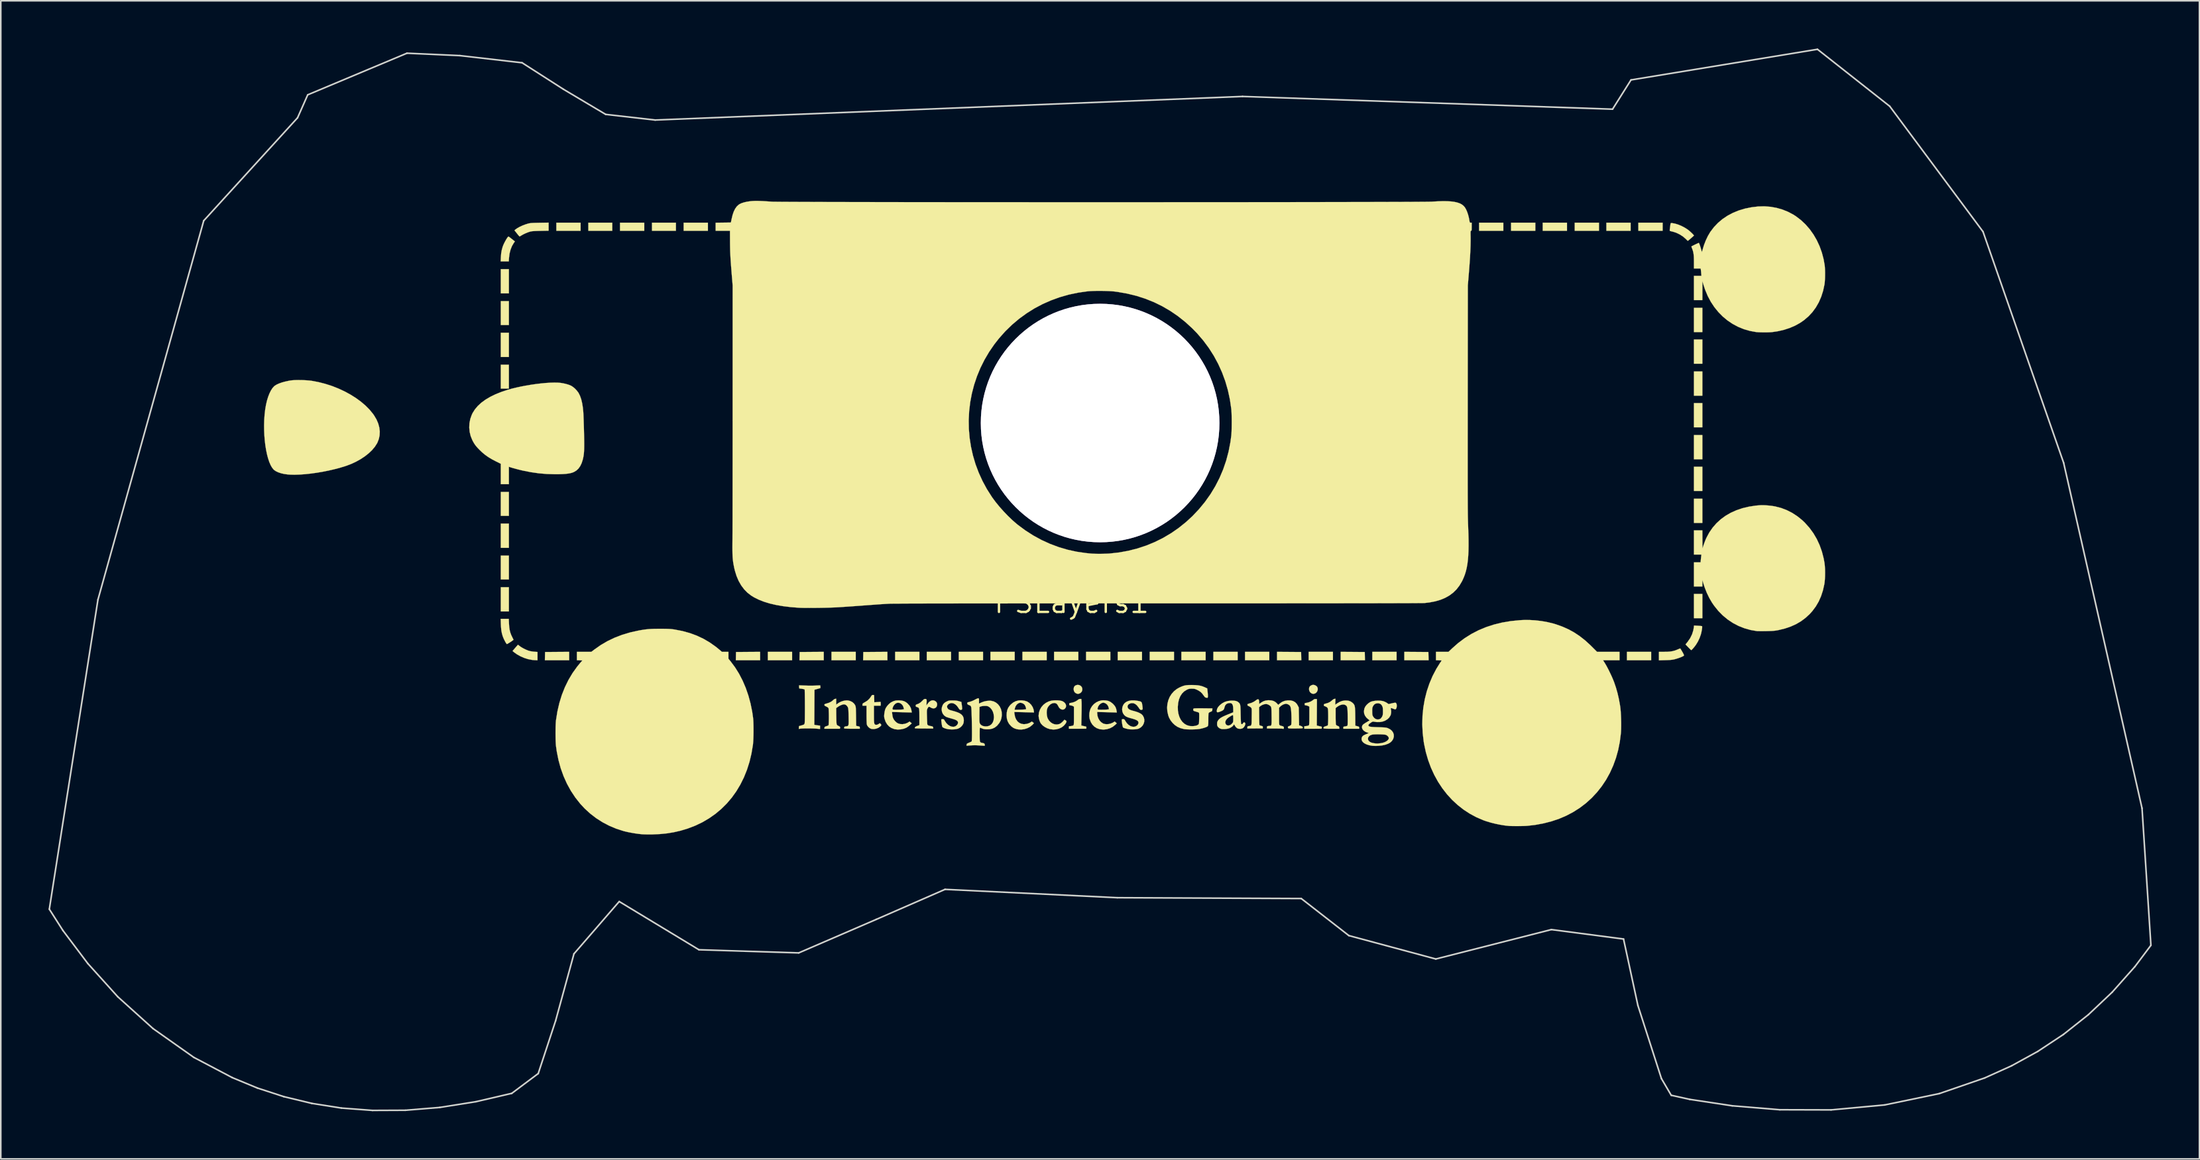
<source format=kicad_pcb>
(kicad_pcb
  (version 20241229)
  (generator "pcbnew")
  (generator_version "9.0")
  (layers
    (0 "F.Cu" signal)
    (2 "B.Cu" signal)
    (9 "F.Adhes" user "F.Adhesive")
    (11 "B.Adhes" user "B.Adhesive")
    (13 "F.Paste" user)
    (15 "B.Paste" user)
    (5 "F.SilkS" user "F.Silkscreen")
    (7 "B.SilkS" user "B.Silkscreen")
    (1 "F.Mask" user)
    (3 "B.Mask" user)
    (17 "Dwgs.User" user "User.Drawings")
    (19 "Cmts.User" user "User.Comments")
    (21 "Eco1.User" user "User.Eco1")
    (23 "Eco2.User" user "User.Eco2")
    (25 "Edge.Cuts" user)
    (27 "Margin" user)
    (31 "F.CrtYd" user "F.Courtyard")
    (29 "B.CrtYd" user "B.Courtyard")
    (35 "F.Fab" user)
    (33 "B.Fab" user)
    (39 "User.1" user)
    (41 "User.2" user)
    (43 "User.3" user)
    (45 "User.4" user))
  (footprint "PSLayers1"
    (layer "F.Cu")
    (at 64.304 34.852)
    (property "Reference" "PSLayers1" (at 0 0 0) (layer "F.SilkS") (effects (font (size 1.27 1.27) (thickness 0.15))))
    (attr through_hole)
    (fp_poly (pts (xy -35.37 -19.452) (xy -35.877 -19.452) (xy -35.877 -20.976) (xy -35.37 -20.976) (xy -35.37 -19.452)) (stroke (width 0.01) (type solid)) (fill yes) (layer "F.SilkS"))
    (fp_poly (pts (xy -35.37 -17.462) (xy -35.877 -17.462) (xy -35.877 -18.965) (xy -35.37 -18.965) (xy -35.37 -17.462)) (stroke (width 0.01) (type solid)) (fill yes) (layer "F.SilkS"))
    (fp_poly (pts (xy -35.37 -15.452) (xy -35.877 -15.452) (xy -35.877 -16.976) (xy -35.37 -16.976) (xy -35.37 -15.452)) (stroke (width 0.01) (type solid)) (fill yes) (layer "F.SilkS"))
    (fp_poly (pts (xy -35.37 -13.462) (xy -35.877 -13.462) (xy -35.877 -14.965) (xy -35.37 -14.965) (xy -35.37 -13.462)) (stroke (width 0.01) (type solid)) (fill yes) (layer "F.SilkS"))
    (fp_poly (pts (xy -35.37 -5.461) (xy -35.877 -5.461) (xy -35.877 -6.964) (xy -35.37 -6.964) (xy -35.37 -5.461)) (stroke (width 0.01) (type solid)) (fill yes) (layer "F.SilkS"))
    (fp_poly (pts (xy -35.37 -3.45) (xy -35.877 -3.45) (xy -35.877 -4.974) (xy -35.37 -4.974) (xy -35.37 -3.45)) (stroke (width 0.01) (type solid)) (fill yes) (layer "F.SilkS"))
    (fp_poly (pts (xy -35.37 -1.46) (xy -35.877 -1.46) (xy -35.877 -2.963) (xy -35.37 -2.963) (xy -35.37 -1.46)) (stroke (width 0.01) (type solid)) (fill yes) (layer "F.SilkS"))
    (fp_poly (pts (xy -35.37 0.55) (xy -35.877 0.55) (xy -35.877 -0.974) (xy -35.37 -0.974) (xy -35.37 0.55)) (stroke (width 0.01) (type solid)) (fill yes) (layer "F.SilkS"))
    (fp_poly (pts (xy -30.861 -23.389) (xy -32.385 -23.389) (xy -32.385 -23.897) (xy -30.861 -23.897) (xy -30.861 -23.389)) (stroke (width 0.01) (type solid)) (fill yes) (layer "F.SilkS"))
    (fp_poly (pts (xy -28.871 -23.389) (xy -30.374 -23.389) (xy -30.374 -23.897) (xy -28.871 -23.897) (xy -28.871 -23.389)) (stroke (width 0.01) (type solid)) (fill yes) (layer "F.SilkS"))
    (fp_poly (pts (xy -26.86 -23.389) (xy -28.384 -23.389) (xy -28.384 -23.897) (xy -26.86 -23.897) (xy -26.86 -23.389)) (stroke (width 0.01) (type solid)) (fill yes) (layer "F.SilkS"))
    (fp_poly (pts (xy -24.871 -23.389) (xy -26.374 -23.389) (xy -26.374 -23.897) (xy -24.871 -23.897) (xy -24.871 -23.389)) (stroke (width 0.01) (type solid)) (fill yes) (layer "F.SilkS"))
    (fp_poly (pts (xy -22.86 -23.389) (xy -24.384 -23.389) (xy -24.384 -23.897) (xy -22.86 -23.897) (xy -22.86 -23.389)) (stroke (width 0.01) (type solid)) (fill yes) (layer "F.SilkS"))
    (fp_poly (pts (xy -17.568 3.619) (xy -19.092 3.619) (xy -19.092 3.09) (xy -17.568 3.09) (xy -17.568 3.619)) (stroke (width 0.01) (type solid)) (fill yes) (layer "F.SilkS"))
    (fp_poly (pts (xy -13.568 3.619) (xy -15.092 3.619) (xy -15.092 3.09) (xy -13.568 3.09) (xy -13.568 3.619)) (stroke (width 0.01) (type solid)) (fill yes) (layer "F.SilkS"))
    (fp_poly (pts (xy -9.567 3.619) (xy -11.091 3.619) (xy -11.091 3.09) (xy -9.567 3.09) (xy -9.567 3.619)) (stroke (width 0.01) (type solid)) (fill yes) (layer "F.SilkS"))
    (fp_poly (pts (xy -7.578 3.619) (xy -9.102 3.619) (xy -9.102 3.09) (xy -7.578 3.09) (xy -7.578 3.619)) (stroke (width 0.01) (type solid)) (fill yes) (layer "F.SilkS"))
    (fp_poly (pts (xy -5.567 3.619) (xy -7.091 3.619) (xy -7.091 3.09) (xy -5.567 3.09) (xy -5.567 3.619)) (stroke (width 0.01) (type solid)) (fill yes) (layer "F.SilkS"))
    (fp_poly (pts (xy -3.577 3.619) (xy -5.101 3.619) (xy -5.101 3.09) (xy -3.577 3.09) (xy -3.577 3.619)) (stroke (width 0.01) (type solid)) (fill yes) (layer "F.SilkS"))
    (fp_poly (pts (xy -1.566 3.619) (xy -3.09 3.619) (xy -3.09 3.09) (xy -1.566 3.09) (xy -1.566 3.619)) (stroke (width 0.01) (type solid)) (fill yes) (layer "F.SilkS"))
    (fp_poly (pts (xy 0.423 3.619) (xy -1.101 3.619) (xy -1.101 3.09) (xy 0.423 3.09) (xy 0.423 3.619)) (stroke (width 0.01) (type solid)) (fill yes) (layer "F.SilkS"))
    (fp_poly (pts (xy 2.434 3.619) (xy 0.91 3.619) (xy 0.91 3.09) (xy 2.434 3.09) (xy 2.434 3.619)) (stroke (width 0.01) (type solid)) (fill yes) (layer "F.SilkS"))
    (fp_poly (pts (xy 4.424 3.619) (xy 2.9 3.619) (xy 2.9 3.09) (xy 4.424 3.09) (xy 4.424 3.619)) (stroke (width 0.01) (type solid)) (fill yes) (layer "F.SilkS"))
    (fp_poly (pts (xy 6.435 3.619) (xy 4.911 3.619) (xy 4.911 3.09) (xy 6.435 3.09) (xy 6.435 3.619)) (stroke (width 0.01) (type solid)) (fill yes) (layer "F.SilkS"))
    (fp_poly (pts (xy 8.424 3.619) (xy 6.9 3.619) (xy 6.9 3.09) (xy 8.424 3.09) (xy 8.424 3.619)) (stroke (width 0.01) (type solid)) (fill yes) (layer "F.SilkS"))
    (fp_poly (pts (xy 10.435 3.619) (xy 8.911 3.619) (xy 8.911 3.09) (xy 10.435 3.09) (xy 10.435 3.619)) (stroke (width 0.01) (type solid)) (fill yes) (layer "F.SilkS"))
    (fp_poly (pts (xy 12.425 3.619) (xy 10.901 3.619) (xy 10.901 3.09) (xy 12.425 3.09) (xy 12.425 3.619)) (stroke (width 0.01) (type solid)) (fill yes) (layer "F.SilkS"))
    (fp_poly (pts (xy 16.425 3.619) (xy 14.901 3.619) (xy 14.901 3.09) (xy 16.425 3.09) (xy 16.425 3.619)) (stroke (width 0.01) (type solid)) (fill yes) (layer "F.SilkS"))
    (fp_poly (pts (xy 20.426 3.619) (xy 18.902 3.619) (xy 18.902 3.09) (xy 20.426 3.09) (xy 20.426 3.619)) (stroke (width 0.01) (type solid)) (fill yes) (layer "F.SilkS"))
    (fp_poly (pts (xy 27.136 -23.389) (xy 25.612 -23.389) (xy 25.612 -23.897) (xy 27.136 -23.897) (xy 27.136 -23.389)) (stroke (width 0.01) (type solid)) (fill yes) (layer "F.SilkS"))
    (fp_poly (pts (xy 29.146 -23.389) (xy 27.622 -23.389) (xy 27.622 -23.897) (xy 29.146 -23.897) (xy 29.146 -23.389)) (stroke (width 0.01) (type solid)) (fill yes) (layer "F.SilkS"))
    (fp_poly (pts (xy 31.136 -23.389) (xy 29.612 -23.389) (xy 29.612 -23.897) (xy 31.136 -23.897) (xy 31.136 -23.389)) (stroke (width 0.01) (type solid)) (fill yes) (layer "F.SilkS"))
    (fp_poly (pts (xy 33.147 -23.389) (xy 31.623 -23.389) (xy 31.623 -23.897) (xy 33.147 -23.897) (xy 33.147 -23.389)) (stroke (width 0.01) (type solid)) (fill yes) (layer "F.SilkS"))
    (fp_poly (pts (xy 35.137 -23.389) (xy 33.613 -23.389) (xy 33.613 -23.897) (xy 35.137 -23.897) (xy 35.137 -23.389)) (stroke (width 0.01) (type solid)) (fill yes) (layer "F.SilkS"))
    (fp_poly (pts (xy 36.428 3.619) (xy 34.904 3.619) (xy 34.904 3.09) (xy 36.428 3.09) (xy 36.428 3.619)) (stroke (width 0.01) (type solid)) (fill yes) (layer "F.SilkS"))
    (fp_poly (pts (xy 37.148 -23.389) (xy 35.623 -23.389) (xy 35.623 -23.897) (xy 37.148 -23.897) (xy 37.148 -23.389)) (stroke (width 0.01) (type solid)) (fill yes) (layer "F.SilkS"))
    (fp_poly (pts (xy 39.645 -17.018) (xy 39.116 -17.018) (xy 39.116 -18.542) (xy 39.645 -18.542) (xy 39.645 -17.018)) (stroke (width 0.01) (type solid)) (fill yes) (layer "F.SilkS"))
    (fp_poly (pts (xy 39.645 -15.028) (xy 39.116 -15.028) (xy 39.116 -16.552) (xy 39.645 -16.552) (xy 39.645 -15.028)) (stroke (width 0.01) (type solid)) (fill yes) (layer "F.SilkS"))
    (fp_poly (pts (xy 39.645 -13.018) (xy 39.116 -13.018) (xy 39.116 -14.541) (xy 39.645 -14.541) (xy 39.645 -13.018)) (stroke (width 0.01) (type solid)) (fill yes) (layer "F.SilkS"))
    (fp_poly (pts (xy 39.645 -11.028) (xy 39.116 -11.028) (xy 39.116 -12.552) (xy 39.645 -12.552) (xy 39.645 -11.028)) (stroke (width 0.01) (type solid)) (fill yes) (layer "F.SilkS"))
    (fp_poly (pts (xy 39.645 -9.017) (xy 39.116 -9.017) (xy 39.116 -10.541) (xy 39.645 -10.541) (xy 39.645 -9.017)) (stroke (width 0.01) (type solid)) (fill yes) (layer "F.SilkS"))
    (fp_poly (pts (xy 39.645 -7.027) (xy 39.116 -7.027) (xy 39.116 -8.551) (xy 39.645 -8.551) (xy 39.645 -7.027)) (stroke (width 0.01) (type solid)) (fill yes) (layer "F.SilkS"))
    (fp_poly (pts (xy 39.645 -5.016) (xy 39.116 -5.016) (xy 39.116 -6.54) (xy 39.645 -6.54) (xy 39.645 -5.016)) (stroke (width 0.01) (type solid)) (fill yes) (layer "F.SilkS"))
    (fp_poly (pts (xy 39.645 0.974) (xy 39.116 0.974) (xy 39.116 -0.55) (xy 39.645 -0.55) (xy 39.645 0.974)) (stroke (width 0.01) (type solid)) (fill yes) (layer "F.SilkS"))
    (fp_poly (pts (xy -31.581 3.619) (xy -33.106 3.619) (xy -33.094 3.101) (xy -32.337 3.095) (xy -31.581 3.09) (xy -31.581 3.619)) (stroke (width 0.01) (type solid)) (fill yes) (layer "F.SilkS"))
    (fp_poly (pts (xy -19.579 3.619) (xy -21.104 3.619) (xy -21.093 3.101) (xy -20.336 3.095) (xy -19.579 3.09) (xy -19.579 3.619)) (stroke (width 0.01) (type solid)) (fill yes) (layer "F.SilkS"))
    (fp_poly (pts (xy -15.579 3.619) (xy -17.104 3.619) (xy -17.092 3.101) (xy -16.335 3.095) (xy -15.579 3.09) (xy -15.579 3.619)) (stroke (width 0.01) (type solid)) (fill yes) (layer "F.SilkS"))
    (fp_poly (pts (xy -11.578 3.619) (xy -13.103 3.619) (xy -13.092 3.101) (xy -12.335 3.095) (xy -11.578 3.09) (xy -11.578 3.619)) (stroke (width 0.01) (type solid)) (fill yes) (layer "F.SilkS"))
    (fp_poly (pts (xy 13.668 3.095) (xy 14.425 3.101) (xy 14.437 3.619) (xy 12.912 3.619) (xy 12.912 3.09) (xy 13.668 3.095)) (stroke (width 0.01) (type solid)) (fill yes) (layer "F.SilkS"))
    (fp_poly (pts (xy 17.669 3.095) (xy 18.426 3.101) (xy 18.437 3.619) (xy 16.912 3.619) (xy 16.912 3.09) (xy 17.669 3.095)) (stroke (width 0.01) (type solid)) (fill yes) (layer "F.SilkS"))
    (fp_poly (pts (xy 21.669 3.095) (xy 22.426 3.101) (xy 22.438 3.619) (xy 20.913 3.619) (xy 20.913 3.09) (xy 21.669 3.095)) (stroke (width 0.01) (type solid)) (fill yes) (layer "F.SilkS"))
    (fp_poly (pts (xy 0.47 5.179) (xy 0.523 5.2) (xy 0.604 5.259) (xy 0.654 5.338) (xy 0.675 5.429) (xy 0.666 5.522) (xy 0.627 5.608) (xy 0.557 5.677) (xy 0.527 5.695) (xy 0.44 5.729) (xy 0.363 5.73) (xy 0.279 5.7) (xy 0.278 5.7) (xy 0.196 5.637) (xy 0.145 5.548) (xy 0.127 5.435) (xy 0.127 5.434) (xy 0.143 5.326) (xy 0.189 5.246) (xy 0.268 5.194) (xy 0.371 5.167) (xy 0.47 5.179)) (stroke (width 0.01) (type solid)) (fill yes) (layer "F.SilkS"))
    (fp_poly (pts (xy 15.28 5.182) (xy 15.37 5.229) (xy 15.427 5.281) (xy 15.465 5.362) (xy 15.472 5.455) (xy 15.449 5.549) (xy 15.4 5.633) (xy 15.328 5.695) (xy 15.323 5.697) (xy 15.23 5.731) (xy 15.141 5.726) (xy 15.076 5.701) (xy 14.999 5.642) (xy 14.947 5.556) (xy 14.923 5.457) (xy 14.93 5.355) (xy 14.953 5.293) (xy 15.002 5.236) (xy 15.077 5.191) (xy 15.159 5.167) (xy 15.186 5.165) (xy 15.28 5.182)) (stroke (width 0.01) (type solid)) (fill yes) (layer "F.SilkS"))
    (fp_poly (pts (xy -35.374 -23.016) (xy -35.326 -22.982) (xy -35.26 -22.932) (xy -35.185 -22.873) (xy -34.991 -22.719) (xy -35.06 -22.622) (xy -35.174 -22.429) (xy -35.263 -22.206) (xy -35.326 -21.961) (xy -35.36 -21.699) (xy -35.361 -21.684) (xy -35.376 -21.463) (xy -35.884 -21.463) (xy -35.871 -21.743) (xy -35.853 -21.973) (xy -35.817 -22.178) (xy -35.762 -22.376) (xy -35.744 -22.427) (xy -35.709 -22.514) (xy -35.663 -22.612) (xy -35.61 -22.714) (xy -35.555 -22.813) (xy -35.502 -22.901) (xy -35.454 -22.97) (xy -35.417 -23.015) (xy -35.396 -23.029) (xy -35.374 -23.016)) (stroke (width 0.01) (type solid)) (fill yes) (layer "F.SilkS"))
    (fp_poly (pts (xy -34.695 2.726) (xy -34.584 2.803) (xy -34.447 2.881) (xy -34.299 2.953) (xy -34.156 3.011) (xy -34.11 3.026) (xy -34.017 3.049) (xy -33.902 3.069) (xy -33.789 3.083) (xy -33.766 3.084) (xy -33.57 3.097) (xy -33.57 3.619) (xy -33.681 3.617) (xy -33.766 3.612) (xy -33.865 3.604) (xy -33.931 3.596) (xy -34.165 3.55) (xy -34.405 3.474) (xy -34.64 3.372) (xy -34.858 3.25) (xy -35.048 3.114) (xy -35.068 3.097) (xy -35.138 3.037) (xy -35.028 2.91) (xy -34.967 2.838) (xy -34.907 2.769) (xy -34.861 2.716) (xy -34.859 2.714) (xy -34.798 2.645) (xy -34.695 2.726)) (stroke (width 0.01) (type solid)) (fill yes) (layer "F.SilkS"))
    (fp_poly (pts (xy -35.363 1.318) (xy -35.348 1.527) (xy -35.322 1.707) (xy -35.283 1.867) (xy -35.227 2.021) (xy -35.173 2.137) (xy -35.134 2.216) (xy -35.102 2.28) (xy -35.082 2.321) (xy -35.078 2.33) (xy -35.092 2.346) (xy -35.133 2.378) (xy -35.195 2.422) (xy -35.266 2.47) (xy -35.341 2.518) (xy -35.409 2.56) (xy -35.462 2.59) (xy -35.492 2.603) (xy -35.494 2.603) (xy -35.514 2.586) (xy -35.547 2.541) (xy -35.586 2.477) (xy -35.591 2.468) (xy -35.685 2.285) (xy -35.757 2.108) (xy -35.809 1.926) (xy -35.845 1.73) (xy -35.865 1.509) (xy -35.872 1.371) (xy -35.883 1.016) (xy -35.376 1.016) (xy -35.363 1.318)) (stroke (width 0.01) (type solid)) (fill yes) (layer "F.SilkS"))
    (fp_poly (pts (xy 39.368 1.451) (xy 39.466 1.458) (xy 39.548 1.465) (xy 39.605 1.473) (xy 39.628 1.479) (xy 39.634 1.508) (xy 39.632 1.57) (xy 39.622 1.655) (xy 39.605 1.755) (xy 39.584 1.861) (xy 39.559 1.964) (xy 39.548 2.005) (xy 39.47 2.224) (xy 39.365 2.445) (xy 39.248 2.638) (xy 39.196 2.71) (xy 39.137 2.786) (xy 39.076 2.859) (xy 39.019 2.922) (xy 38.975 2.966) (xy 38.949 2.984) (xy 38.948 2.985) (xy 38.927 2.97) (xy 38.885 2.931) (xy 38.825 2.873) (xy 38.759 2.805) (xy 38.587 2.626) (xy 38.724 2.456) (xy 38.88 2.231) (xy 38.998 1.99) (xy 39.077 1.737) (xy 39.108 1.56) (xy 39.122 1.437) (xy 39.368 1.451)) (stroke (width 0.01) (type solid)) (fill yes) (layer "F.SilkS"))
    (fp_poly (pts (xy 38.267 2.896) (xy 38.298 2.943) (xy 38.34 3.012) (xy 38.386 3.091) (xy 38.44 3.188) (xy 38.473 3.256) (xy 38.488 3.3) (xy 38.486 3.326) (xy 38.483 3.331) (xy 38.446 3.358) (xy 38.377 3.393) (xy 38.284 3.433) (xy 38.175 3.474) (xy 38.06 3.512) (xy 37.946 3.546) (xy 37.931 3.55) (xy 37.849 3.57) (xy 37.769 3.585) (xy 37.683 3.595) (xy 37.581 3.604) (xy 37.454 3.61) (xy 37.322 3.614) (xy 36.915 3.625) (xy 36.915 3.09) (xy 37.244 3.09) (xy 37.444 3.087) (xy 37.612 3.074) (xy 37.76 3.051) (xy 37.897 3.016) (xy 38.033 2.966) (xy 38.069 2.951) (xy 38.147 2.919) (xy 38.209 2.894) (xy 38.246 2.88) (xy 38.252 2.879) (xy 38.267 2.896)) (stroke (width 0.01) (type solid)) (fill yes) (layer "F.SilkS"))
    (fp_poly (pts (xy -32.872 -23.394) (xy -33.385 -23.384) (xy -33.566 -23.379) (xy -33.71 -23.374) (xy -33.824 -23.367) (xy -33.913 -23.359) (xy -33.983 -23.348) (xy -34.036 -23.336) (xy -34.169 -23.293) (xy -34.317 -23.233) (xy -34.462 -23.164) (xy -34.585 -23.094) (xy -34.588 -23.092) (xy -34.644 -23.057) (xy -34.684 -23.035) (xy -34.697 -23.029) (xy -34.715 -23.045) (xy -34.752 -23.087) (xy -34.805 -23.15) (xy -34.864 -23.223) (xy -35.018 -23.417) (xy -34.951 -23.473) (xy -34.839 -23.553) (xy -34.694 -23.634) (xy -34.527 -23.712) (xy -34.348 -23.782) (xy -34.167 -23.839) (xy -34.112 -23.852) (xy -34.056 -23.863) (xy -33.992 -23.872) (xy -33.915 -23.878) (xy -33.818 -23.883) (xy -33.694 -23.887) (xy -33.538 -23.89) (xy -33.438 -23.892) (xy -32.872 -23.901) (xy -32.872 -23.394)) (stroke (width 0.01) (type solid)) (fill yes) (layer "F.SilkS"))
    (fp_poly (pts (xy 37.772 -23.868) (xy 37.947 -23.834) (xy 38.139 -23.773) (xy 38.336 -23.69) (xy 38.529 -23.59) (xy 38.705 -23.479) (xy 38.809 -23.399) (xy 38.889 -23.33) (xy 38.965 -23.259) (xy 39.032 -23.193) (xy 39.083 -23.137) (xy 39.112 -23.099) (xy 39.116 -23.088) (xy 39.101 -23.072) (xy 39.061 -23.035) (xy 39.005 -22.985) (xy 38.939 -22.927) (xy 38.871 -22.868) (xy 38.809 -22.816) (xy 38.761 -22.776) (xy 38.734 -22.756) (xy 38.731 -22.754) (xy 38.714 -22.768) (xy 38.674 -22.805) (xy 38.621 -22.858) (xy 38.607 -22.872) (xy 38.431 -23.025) (xy 38.227 -23.157) (xy 38.007 -23.263) (xy 37.781 -23.335) (xy 37.724 -23.348) (xy 37.654 -23.365) (xy 37.606 -23.384) (xy 37.592 -23.399) (xy 37.595 -23.436) (xy 37.602 -23.502) (xy 37.612 -23.585) (xy 37.623 -23.673) (xy 37.634 -23.753) (xy 37.643 -23.812) (xy 37.647 -23.831) (xy 37.656 -23.86) (xy 37.675 -23.873) (xy 37.716 -23.874) (xy 37.772 -23.868)) (stroke (width 0.01) (type solid)) (fill yes) (layer "F.SilkS"))
    (fp_poly (pts (xy 15.34 6.058) (xy 15.42 6.064) (xy 15.411 7.725) (xy 15.489 7.745) (xy 15.568 7.764) (xy 15.647 7.78) (xy 15.649 7.78) (xy 15.701 7.793) (xy 15.722 7.812) (xy 15.723 7.852) (xy 15.723 7.86) (xy 15.716 7.925) (xy 14.626 7.927) (xy 14.626 7.85) (xy 14.626 7.772) (xy 14.754 7.758) (xy 14.828 7.745) (xy 14.887 7.726) (xy 14.913 7.712) (xy 14.922 7.696) (xy 14.93 7.667) (xy 14.935 7.62) (xy 14.939 7.55) (xy 14.942 7.453) (xy 14.943 7.324) (xy 14.944 7.159) (xy 14.944 7.111) (xy 14.944 6.541) (xy 14.89 6.507) (xy 14.835 6.482) (xy 14.764 6.464) (xy 14.742 6.461) (xy 14.684 6.452) (xy 14.656 6.437) (xy 14.648 6.407) (xy 14.647 6.382) (xy 14.65 6.34) (xy 14.666 6.319) (xy 14.705 6.307) (xy 14.748 6.302) (xy 14.888 6.272) (xy 15.025 6.219) (xy 15.143 6.15) (xy 15.172 6.126) (xy 15.232 6.08) (xy 15.281 6.06) (xy 15.336 6.057) (xy 15.34 6.058)) (stroke (width 0.01) (type solid)) (fill yes) (layer "F.SilkS"))
    (fp_poly (pts (xy 0.625 6.204) (xy 0.628 6.263) (xy 0.63 6.357) (xy 0.631 6.481) (xy 0.63 6.627) (xy 0.629 6.789) (xy 0.626 6.961) (xy 0.624 7.039) (xy 0.609 7.723) (xy 0.691 7.744) (xy 0.77 7.763) (xy 0.849 7.779) (xy 0.853 7.78) (xy 0.905 7.793) (xy 0.926 7.812) (xy 0.928 7.852) (xy 0.927 7.86) (xy 0.921 7.925) (xy -0.169 7.927) (xy -0.169 7.85) (xy -0.169 7.772) (xy -0.042 7.758) (xy 0.032 7.745) (xy 0.091 7.726) (xy 0.117 7.712) (xy 0.127 7.696) (xy 0.134 7.667) (xy 0.14 7.62) (xy 0.144 7.55) (xy 0.146 7.453) (xy 0.148 7.324) (xy 0.148 7.159) (xy 0.148 7.111) (xy 0.148 6.541) (xy 0.095 6.507) (xy 0.04 6.482) (xy -0.032 6.464) (xy -0.053 6.461) (xy -0.112 6.452) (xy -0.139 6.437) (xy -0.148 6.407) (xy -0.148 6.382) (xy -0.145 6.34) (xy -0.13 6.319) (xy -0.091 6.307) (xy -0.047 6.302) (xy 0.09 6.272) (xy 0.226 6.221) (xy 0.343 6.153) (xy 0.375 6.128) (xy 0.448 6.076) (xy 0.512 6.055) (xy 0.536 6.054) (xy 0.61 6.054) (xy 0.625 6.204)) (stroke (width 0.01) (type solid)) (fill yes) (layer "F.SilkS"))
    (fp_poly (pts (xy -12.48 5.804) (xy -12.414 5.81) (xy -12.408 6.037) (xy -12.402 6.264) (xy -12.205 6.251) (xy -12.007 6.238) (xy -11.999 6.299) (xy -11.995 6.368) (xy -11.998 6.419) (xy -12.004 6.477) (xy -12.425 6.477) (xy -12.425 7.018) (xy -12.424 7.196) (xy -12.423 7.336) (xy -12.419 7.444) (xy -12.413 7.525) (xy -12.404 7.582) (xy -12.391 7.622) (xy -12.375 7.648) (xy -12.354 7.667) (xy -12.353 7.667) (xy -12.296 7.683) (xy -12.222 7.675) (xy -12.148 7.644) (xy -12.129 7.631) (xy -12.057 7.578) (xy -12.008 7.624) (xy -11.971 7.666) (xy -11.964 7.702) (xy -11.989 7.743) (xy -12.028 7.784) (xy -12.141 7.866) (xy -12.276 7.921) (xy -12.422 7.947) (xy -12.566 7.94) (xy -12.59 7.935) (xy -12.682 7.895) (xy -12.768 7.826) (xy -12.836 7.741) (xy -12.868 7.669) (xy -12.875 7.623) (xy -12.88 7.54) (xy -12.885 7.426) (xy -12.888 7.286) (xy -12.89 7.125) (xy -12.89 7.033) (xy -12.89 6.477) (xy -13.145 6.477) (xy -13.144 6.408) (xy -13.141 6.373) (xy -13.128 6.346) (xy -13.097 6.319) (xy -13.041 6.286) (xy -12.983 6.255) (xy -12.822 6.151) (xy -12.692 6.021) (xy -12.6 5.888) (xy -12.564 5.834) (xy -12.534 5.808) (xy -12.496 5.803) (xy -12.48 5.804)) (stroke (width 0.01) (type solid)) (fill yes) (layer "F.SilkS"))
    (fp_poly (pts (xy -0.877 6.142) (xy -0.742 6.155) (xy -0.627 6.179) (xy -0.565 6.201) (xy -0.462 6.268) (xy -0.39 6.35) (xy -0.352 6.442) (xy -0.351 6.537) (xy -0.375 6.604) (xy -0.434 6.679) (xy -0.513 6.72) (xy -0.603 6.722) (xy -0.701 6.683) (xy -0.781 6.607) (xy -0.837 6.508) (xy -0.895 6.406) (xy -0.961 6.342) (xy -1.043 6.311) (xy -1.094 6.308) (xy -1.21 6.328) (xy -1.32 6.384) (xy -1.418 6.471) (xy -1.497 6.581) (xy -1.536 6.673) (xy -1.56 6.79) (xy -1.566 6.929) (xy -1.555 7.073) (xy -1.527 7.206) (xy -1.499 7.283) (xy -1.418 7.417) (xy -1.313 7.525) (xy -1.192 7.604) (xy -1.059 7.65) (xy -0.922 7.662) (xy -0.786 7.636) (xy -0.742 7.619) (xy -0.677 7.58) (xy -0.604 7.521) (xy -0.55 7.469) (xy -0.451 7.362) (xy -0.384 7.396) (xy -0.337 7.429) (xy -0.321 7.469) (xy -0.335 7.524) (xy -0.377 7.6) (xy -0.486 7.733) (xy -0.623 7.839) (xy -0.783 7.916) (xy -0.96 7.963) (xy -1.148 7.977) (xy -1.342 7.955) (xy -1.384 7.946) (xy -1.542 7.893) (xy -1.69 7.815) (xy -1.82 7.718) (xy -1.922 7.608) (xy -1.97 7.532) (xy -2.017 7.415) (xy -2.053 7.28) (xy -2.072 7.149) (xy -2.074 7.102) (xy -2.053 6.913) (xy -1.993 6.734) (xy -1.9 6.57) (xy -1.776 6.427) (xy -1.626 6.307) (xy -1.454 6.217) (xy -1.296 6.168) (xy -1.166 6.148) (xy -1.023 6.139) (xy -0.877 6.142)) (stroke (width 0.01) (type solid)) (fill yes) (layer "F.SilkS"))
    (fp_poly (pts (xy -17.053 5.201) (xy -16.967 5.204) (xy -16.859 5.208) (xy -16.742 5.212) (xy -16.593 5.217) (xy -16.433 5.219) (xy -16.279 5.218) (xy -16.144 5.215) (xy -16.083 5.212) (xy -15.98 5.207) (xy -15.893 5.203) (xy -15.83 5.203) (xy -15.801 5.204) (xy -15.799 5.205) (xy -15.793 5.23) (xy -15.79 5.28) (xy -15.79 5.292) (xy -15.79 5.371) (xy -15.976 5.423) (xy -16.161 5.476) (xy -16.166 6.577) (xy -16.172 7.679) (xy -16.124 7.69) (xy -16.077 7.699) (xy -16.006 7.709) (xy -15.944 7.717) (xy -15.812 7.731) (xy -15.812 7.942) (xy -16.007 7.924) (xy -16.105 7.917) (xy -16.228 7.912) (xy -16.369 7.909) (xy -16.517 7.907) (xy -16.665 7.907) (xy -16.802 7.909) (xy -16.92 7.913) (xy -17.011 7.918) (xy -17.046 7.922) (xy -17.147 7.937) (xy -17.141 7.849) (xy -17.134 7.761) (xy -16.986 7.72) (xy -16.896 7.694) (xy -16.838 7.671) (xy -16.805 7.646) (xy -16.787 7.613) (xy -16.778 7.576) (xy -16.774 7.538) (xy -16.771 7.463) (xy -16.768 7.359) (xy -16.766 7.228) (xy -16.765 7.077) (xy -16.764 6.91) (xy -16.763 6.733) (xy -16.763 6.549) (xy -16.764 6.365) (xy -16.764 6.185) (xy -16.766 6.014) (xy -16.768 5.857) (xy -16.77 5.719) (xy -16.772 5.605) (xy -16.775 5.52) (xy -16.779 5.469) (xy -16.781 5.456) (xy -16.811 5.444) (xy -16.87 5.429) (xy -16.948 5.416) (xy -16.961 5.414) (xy -17.12 5.392) (xy -17.128 5.298) (xy -17.131 5.241) (xy -17.132 5.205) (xy -17.131 5.2) (xy -17.11 5.2) (xy -17.053 5.201)) (stroke (width 0.01) (type solid)) (fill yes) (layer "F.SilkS"))
    (fp_poly (pts (xy 2.163 6.148) (xy 2.308 6.179) (xy 2.434 6.236) (xy 2.553 6.323) (xy 2.616 6.381) (xy 2.703 6.479) (xy 2.763 6.577) (xy 2.804 6.69) (xy 2.828 6.813) (xy 2.842 6.905) (xy 1.609 6.873) (xy 1.609 6.957) (xy 1.626 7.116) (xy 1.676 7.267) (xy 1.752 7.401) (xy 1.852 7.512) (xy 1.971 7.592) (xy 2.03 7.617) (xy 2.16 7.641) (xy 2.305 7.637) (xy 2.452 7.604) (xy 2.588 7.547) (xy 2.619 7.528) (xy 2.709 7.472) (xy 2.774 7.53) (xy 2.839 7.588) (xy 2.747 7.677) (xy 2.588 7.804) (xy 2.407 7.898) (xy 2.212 7.957) (xy 2.01 7.979) (xy 1.808 7.963) (xy 1.746 7.95) (xy 1.574 7.887) (xy 1.425 7.789) (xy 1.3 7.659) (xy 1.204 7.501) (xy 1.138 7.318) (xy 1.131 7.288) (xy 1.111 7.127) (xy 1.118 6.952) (xy 1.15 6.783) (xy 1.186 6.682) (xy 1.629 6.682) (xy 1.64 6.709) (xy 1.672 6.724) (xy 1.733 6.73) (xy 1.827 6.731) (xy 1.891 6.731) (xy 2.003 6.73) (xy 2.11 6.727) (xy 2.198 6.722) (xy 2.252 6.717) (xy 2.35 6.704) (xy 2.337 6.628) (xy 2.299 6.511) (xy 2.234 6.411) (xy 2.149 6.34) (xy 2.131 6.331) (xy 2.067 6.304) (xy 2.01 6.288) (xy 1.993 6.287) (xy 1.902 6.306) (xy 1.812 6.357) (xy 1.732 6.433) (xy 1.673 6.524) (xy 1.652 6.577) (xy 1.635 6.639) (xy 1.629 6.682) (xy 1.186 6.682) (xy 1.192 6.665) (xy 1.283 6.51) (xy 1.405 6.375) (xy 1.551 6.267) (xy 1.714 6.189) (xy 1.887 6.145) (xy 1.991 6.138) (xy 2.163 6.148)) (stroke (width 0.01) (type solid)) (fill yes) (layer "F.SilkS"))
    (fp_poly (pts (xy -3.106 6.145) (xy -2.946 6.169) (xy -2.807 6.212) (xy -2.783 6.223) (xy -2.652 6.309) (xy -2.538 6.426) (xy -2.449 6.564) (xy -2.392 6.715) (xy -2.377 6.795) (xy -2.364 6.904) (xy -3.604 6.873) (xy -3.589 7.006) (xy -3.553 7.187) (xy -3.489 7.341) (xy -3.4 7.466) (xy -3.288 7.559) (xy -3.156 7.618) (xy -3.005 7.641) (xy -2.993 7.641) (xy -2.822 7.624) (xy -2.667 7.574) (xy -2.582 7.527) (xy -2.501 7.474) (xy -2.441 7.519) (xy -2.399 7.551) (xy -2.373 7.57) (xy -2.372 7.572) (xy -2.381 7.589) (xy -2.413 7.628) (xy -2.462 7.68) (xy -2.467 7.685) (xy -2.61 7.802) (xy -2.778 7.891) (xy -2.963 7.951) (xy -3.156 7.978) (xy -3.349 7.97) (xy -3.466 7.947) (xy -3.586 7.908) (xy -3.683 7.858) (xy -3.777 7.786) (xy -3.805 7.761) (xy -3.93 7.621) (xy -4.017 7.462) (xy -4.069 7.284) (xy -4.085 7.086) (xy -4.075 6.904) (xy -4.043 6.75) (xy -4.037 6.736) (xy -3.583 6.736) (xy -3.232 6.728) (xy -3.114 6.724) (xy -3.011 6.719) (xy -2.93 6.713) (xy -2.879 6.707) (xy -2.865 6.703) (xy -2.859 6.672) (xy -2.869 6.615) (xy -2.89 6.546) (xy -2.92 6.478) (xy -2.953 6.422) (xy -2.954 6.421) (xy -3.02 6.36) (xy -3.108 6.315) (xy -3.2 6.293) (xy -3.263 6.295) (xy -3.363 6.335) (xy -3.45 6.41) (xy -3.519 6.513) (xy -3.563 6.635) (xy -3.568 6.655) (xy -3.583 6.736) (xy -4.037 6.736) (xy -3.987 6.616) (xy -3.902 6.491) (xy -3.829 6.41) (xy -3.679 6.284) (xy -3.515 6.197) (xy -3.339 6.15) (xy -3.273 6.143) (xy -3.106 6.145)) (stroke (width 0.01) (type solid)) (fill yes) (layer "F.SilkS"))
    (fp_poly (pts (xy -10.817 6.145) (xy -10.668 6.161) (xy -10.548 6.19) (xy -10.447 6.237) (xy -10.351 6.305) (xy -10.307 6.343) (xy -10.185 6.481) (xy -10.104 6.631) (xy -10.063 6.791) (xy -10.048 6.905) (xy -10.668 6.889) (xy -11.288 6.873) (xy -11.274 7.011) (xy -11.261 7.102) (xy -11.242 7.194) (xy -11.227 7.245) (xy -11.172 7.354) (xy -11.089 7.459) (xy -10.988 7.546) (xy -10.912 7.591) (xy -10.778 7.632) (xy -10.63 7.64) (xy -10.478 7.618) (xy -10.334 7.566) (xy -10.264 7.526) (xy -10.182 7.472) (xy -10.116 7.531) (xy -10.049 7.59) (xy -10.171 7.701) (xy -10.247 7.765) (xy -10.327 7.824) (xy -10.395 7.865) (xy -10.561 7.929) (xy -10.744 7.967) (xy -10.932 7.977) (xy -11.108 7.957) (xy -11.15 7.947) (xy -11.325 7.879) (xy -11.474 7.779) (xy -11.597 7.646) (xy -11.692 7.484) (xy -11.758 7.293) (xy -11.778 7.196) (xy -11.782 7.115) (xy -11.774 7.008) (xy -11.758 6.891) (xy -11.734 6.777) (xy -11.706 6.686) (xy -11.705 6.683) (xy -11.261 6.683) (xy -11.25 6.709) (xy -11.218 6.724) (xy -11.157 6.73) (xy -11.063 6.731) (xy -10.999 6.731) (xy -10.887 6.73) (xy -10.78 6.727) (xy -10.692 6.722) (xy -10.637 6.717) (xy -10.537 6.704) (xy -10.552 6.628) (xy -10.591 6.507) (xy -10.656 6.409) (xy -10.74 6.338) (xy -10.838 6.298) (xy -10.943 6.295) (xy -10.994 6.307) (xy -11.069 6.349) (xy -11.143 6.42) (xy -11.203 6.505) (xy -11.236 6.58) (xy -11.254 6.641) (xy -11.261 6.683) (xy -11.705 6.683) (xy -11.651 6.579) (xy -11.568 6.467) (xy -11.469 6.363) (xy -11.363 6.279) (xy -11.346 6.268) (xy -11.197 6.193) (xy -11.043 6.152) (xy -10.872 6.142) (xy -10.817 6.145)) (stroke (width 0.01) (type solid)) (fill yes) (layer "F.SilkS"))
    (fp_poly (pts (xy -48.44 -14) (xy -48.244 -13.994) (xy -48.055 -13.983) (xy -47.883 -13.968) (xy -47.763 -13.953) (xy -47.335 -13.872) (xy -46.913 -13.764) (xy -46.498 -13.631) (xy -46.096 -13.473) (xy -45.709 -13.294) (xy -45.341 -13.095) (xy -44.995 -12.879) (xy -44.675 -12.646) (xy -44.386 -12.4) (xy -44.129 -12.142) (xy -43.909 -11.874) (xy -43.837 -11.771) (xy -43.69 -11.522) (xy -43.582 -11.27) (xy -43.514 -11.018) (xy -43.484 -10.769) (xy -43.495 -10.525) (xy -43.545 -10.288) (xy -43.635 -10.06) (xy -43.66 -10.013) (xy -43.796 -9.802) (xy -43.97 -9.595) (xy -44.18 -9.395) (xy -44.42 -9.205) (xy -44.686 -9.028) (xy -44.976 -8.867) (xy -45.285 -8.723) (xy -45.61 -8.601) (xy -45.634 -8.593) (xy -45.974 -8.489) (xy -46.332 -8.394) (xy -46.702 -8.308) (xy -47.079 -8.233) (xy -47.455 -8.17) (xy -47.826 -8.119) (xy -48.185 -8.081) (xy -48.527 -8.057) (xy -48.845 -8.047) (xy -49.134 -8.054) (xy -49.278 -8.065) (xy -49.495 -8.095) (xy -49.695 -8.141) (xy -49.873 -8.202) (xy -50.023 -8.274) (xy -50.139 -8.357) (xy -50.158 -8.375) (xy -50.255 -8.496) (xy -50.346 -8.655) (xy -50.429 -8.849) (xy -50.504 -9.073) (xy -50.57 -9.323) (xy -50.627 -9.596) (xy -50.674 -9.888) (xy -50.711 -10.195) (xy -50.737 -10.513) (xy -50.752 -10.839) (xy -50.755 -11.167) (xy -50.746 -11.496) (xy -50.723 -11.82) (xy -50.687 -12.137) (xy -50.682 -12.171) (xy -50.634 -12.449) (xy -50.573 -12.709) (xy -50.5 -12.948) (xy -50.416 -13.163) (xy -50.324 -13.347) (xy -50.225 -13.499) (xy -50.12 -13.614) (xy -50.088 -13.641) (xy -49.972 -13.713) (xy -49.82 -13.783) (xy -49.638 -13.848) (xy -49.431 -13.905) (xy -49.207 -13.954) (xy -49.096 -13.973) (xy -48.971 -13.988) (xy -48.813 -13.997) (xy -48.633 -14.001) (xy -48.44 -14)) (stroke (width 0.01) (type solid)) (fill yes) (layer "F.SilkS"))
    (fp_poly (pts (xy -9.158 6.058) (xy -9.13 6.075) (xy -9.115 6.111) (xy -9.11 6.174) (xy -9.114 6.27) (xy -9.116 6.303) (xy -9.127 6.466) (xy -9.053 6.36) (xy -8.96 6.249) (xy -8.862 6.176) (xy -8.761 6.141) (xy -8.661 6.146) (xy -8.571 6.187) (xy -8.495 6.254) (xy -8.457 6.334) (xy -8.453 6.431) (xy -8.48 6.528) (xy -8.535 6.598) (xy -8.612 6.639) (xy -8.702 6.649) (xy -8.799 6.623) (xy -8.854 6.592) (xy -8.91 6.56) (xy -8.958 6.545) (xy -8.97 6.544) (xy -9 6.566) (xy -9.036 6.614) (xy -9.055 6.646) (xy -9.071 6.68) (xy -9.083 6.712) (xy -9.091 6.749) (xy -9.096 6.797) (xy -9.098 6.864) (xy -9.097 6.955) (xy -9.094 7.078) (xy -9.091 7.176) (xy -9.087 7.309) (xy -9.082 7.431) (xy -9.078 7.533) (xy -9.073 7.608) (xy -9.07 7.65) (xy -9.069 7.653) (xy -9.043 7.697) (xy -8.983 7.73) (xy -8.885 7.754) (xy -8.856 7.759) (xy -8.772 7.775) (xy -8.724 7.8) (xy -8.702 7.836) (xy -8.7 7.865) (xy -8.7 7.915) (xy -9.271 7.914) (xy -9.422 7.913) (xy -9.559 7.911) (xy -9.677 7.908) (xy -9.768 7.904) (xy -9.829 7.899) (xy -9.854 7.894) (xy -9.854 7.894) (xy -9.856 7.856) (xy -9.82 7.814) (xy -9.751 7.772) (xy -9.695 7.749) (xy -9.567 7.702) (xy -9.567 7.19) (xy -9.568 7.018) (xy -9.569 6.883) (xy -9.573 6.781) (xy -9.581 6.706) (xy -9.593 6.653) (xy -9.612 6.618) (xy -9.637 6.595) (xy -9.671 6.578) (xy -9.714 6.565) (xy -9.769 6.544) (xy -9.794 6.52) (xy -9.8 6.479) (xy -9.8 6.477) (xy -9.792 6.429) (xy -9.759 6.405) (xy -9.742 6.4) (xy -9.613 6.351) (xy -9.485 6.267) (xy -9.382 6.171) (xy -9.321 6.109) (xy -9.277 6.073) (xy -9.237 6.057) (xy -9.201 6.054) (xy -9.158 6.058)) (stroke (width 0.01) (type solid)) (fill yes) (layer "F.SilkS"))
    (fp_poly (pts (xy -32.295 -13.837) (xy -32.119 -13.823) (xy -31.944 -13.794) (xy -31.771 -13.754) (xy -31.613 -13.707) (xy -31.482 -13.654) (xy -31.444 -13.635) (xy -31.331 -13.561) (xy -31.213 -13.46) (xy -31.103 -13.344) (xy -31.012 -13.226) (xy -30.988 -13.189) (xy -30.897 -13.006) (xy -30.822 -12.792) (xy -30.763 -12.544) (xy -30.718 -12.26) (xy -30.693 -12.002) (xy -30.688 -11.925) (xy -30.683 -11.812) (xy -30.677 -11.667) (xy -30.67 -11.498) (xy -30.664 -11.309) (xy -30.658 -11.107) (xy -30.652 -10.897) (xy -30.648 -10.742) (xy -30.641 -10.456) (xy -30.637 -10.209) (xy -30.635 -9.995) (xy -30.636 -9.811) (xy -30.639 -9.651) (xy -30.646 -9.513) (xy -30.655 -9.391) (xy -30.668 -9.281) (xy -30.685 -9.179) (xy -30.705 -9.081) (xy -30.723 -9.004) (xy -30.795 -8.777) (xy -30.887 -8.586) (xy -30.999 -8.43) (xy -31.133 -8.307) (xy -31.271 -8.224) (xy -31.374 -8.181) (xy -31.493 -8.147) (xy -31.633 -8.121) (xy -31.797 -8.101) (xy -31.99 -8.088) (xy -32.217 -8.081) (xy -32.459 -8.079) (xy -32.98 -8.093) (xy -33.487 -8.136) (xy -33.995 -8.209) (xy -34.459 -8.3) (xy -34.577 -8.327) (xy -34.711 -8.36) (xy -34.852 -8.396) (xy -34.991 -8.434) (xy -35.119 -8.469) (xy -35.226 -8.501) (xy -35.304 -8.526) (xy -35.322 -8.532) (xy -35.37 -8.55) (xy -35.37 -7.451) (xy -35.877 -7.451) (xy -35.877 -8.736) (xy -36.179 -8.885) (xy -36.435 -9.019) (xy -36.659 -9.154) (xy -36.859 -9.295) (xy -37.045 -9.45) (xy -37.191 -9.588) (xy -37.317 -9.717) (xy -37.417 -9.829) (xy -37.498 -9.934) (xy -37.569 -10.042) (xy -37.636 -10.163) (xy -37.663 -10.215) (xy -37.768 -10.471) (xy -37.833 -10.737) (xy -37.86 -11.009) (xy -37.848 -11.282) (xy -37.796 -11.55) (xy -37.705 -11.808) (xy -37.654 -11.917) (xy -37.51 -12.149) (xy -37.327 -12.368) (xy -37.105 -12.573) (xy -36.843 -12.766) (xy -36.543 -12.945) (xy -36.206 -13.109) (xy -35.831 -13.259) (xy -35.454 -13.384) (xy -35.185 -13.46) (xy -34.896 -13.53) (xy -34.592 -13.596) (xy -34.278 -13.655) (xy -33.962 -13.708) (xy -33.647 -13.753) (xy -33.339 -13.789) (xy -33.045 -13.817) (xy -32.769 -13.834) (xy -32.517 -13.841) (xy -32.295 -13.837)) (stroke (width 0.01) (type solid)) (fill yes) (layer "F.SilkS"))
    (fp_poly (pts (xy 43.605 -6.126) (xy 43.802 -6.111) (xy 43.999 -6.089) (xy 44.183 -6.06) (xy 44.228 -6.051) (xy 44.596 -5.956) (xy 44.952 -5.82) (xy 45.293 -5.646) (xy 45.617 -5.435) (xy 45.922 -5.188) (xy 46.09 -5.027) (xy 46.372 -4.712) (xy 46.621 -4.371) (xy 46.836 -4.006) (xy 47.016 -3.617) (xy 47.162 -3.206) (xy 47.272 -2.775) (xy 47.322 -2.498) (xy 47.342 -2.321) (xy 47.355 -2.118) (xy 47.359 -1.899) (xy 47.356 -1.678) (xy 47.346 -1.466) (xy 47.328 -1.276) (xy 47.311 -1.159) (xy 47.223 -0.77) (xy 47.106 -0.409) (xy 46.958 -0.076) (xy 46.778 0.233) (xy 46.565 0.52) (xy 46.399 0.706) (xy 46.137 0.949) (xy 45.853 1.162) (xy 45.543 1.345) (xy 45.205 1.498) (xy 44.839 1.623) (xy 44.441 1.721) (xy 44.347 1.739) (xy 44.25 1.755) (xy 44.146 1.767) (xy 44.027 1.776) (xy 43.884 1.782) (xy 43.711 1.787) (xy 43.635 1.788) (xy 43.491 1.79) (xy 43.357 1.79) (xy 43.241 1.79) (xy 43.15 1.789) (xy 43.09 1.787) (xy 43.074 1.786) (xy 42.671 1.716) (xy 42.285 1.607) (xy 41.915 1.46) (xy 41.565 1.277) (xy 41.236 1.057) (xy 40.929 0.803) (xy 40.645 0.514) (xy 40.386 0.192) (xy 40.254 0) (xy 40.08 -0.297) (xy 39.923 -0.623) (xy 39.789 -0.965) (xy 39.708 -1.217) (xy 39.648 -1.429) (xy 39.646 -1.222) (xy 39.645 -1.016) (xy 39.116 -1.016) (xy 39.116 -2.54) (xy 39.534 -2.54) (xy 39.548 -2.683) (xy 39.557 -2.776) (xy 39.567 -2.869) (xy 39.574 -2.926) (xy 39.586 -3.027) (xy 39.116 -3.027) (xy 39.116 -4.551) (xy 39.645 -4.551) (xy 39.648 -3.963) (xy 39.649 -3.813) (xy 39.65 -3.68) (xy 39.652 -3.569) (xy 39.655 -3.485) (xy 39.657 -3.433) (xy 39.66 -3.417) (xy 39.66 -3.418) (xy 39.694 -3.538) (xy 39.741 -3.68) (xy 39.796 -3.83) (xy 39.853 -3.974) (xy 39.9 -4.079) (xy 40.079 -4.412) (xy 40.29 -4.718) (xy 40.532 -4.996) (xy 40.803 -5.245) (xy 41.104 -5.465) (xy 41.432 -5.655) (xy 41.787 -5.814) (xy 42.169 -5.943) (xy 42.576 -6.04) (xy 43.007 -6.105) (xy 43.265 -6.128) (xy 43.421 -6.132) (xy 43.605 -6.126)) (stroke (width 0.01) (type solid)) (fill yes) (layer "F.SilkS"))
    (fp_poly (pts (xy 4.109 6.166) (xy 4.227 6.187) (xy 4.31 6.208) (xy 4.365 6.234) (xy 4.399 6.27) (xy 4.42 6.321) (xy 4.435 6.393) (xy 4.438 6.414) (xy 4.451 6.503) (xy 4.461 6.587) (xy 4.465 6.648) (xy 4.465 6.649) (xy 4.461 6.702) (xy 4.443 6.727) (xy 4.409 6.737) (xy 4.363 6.742) (xy 4.326 6.733) (xy 4.29 6.704) (xy 4.248 6.65) (xy 4.202 6.581) (xy 4.102 6.453) (xy 3.995 6.366) (xy 3.882 6.32) (xy 3.762 6.317) (xy 3.711 6.327) (xy 3.61 6.37) (xy 3.544 6.433) (xy 3.515 6.514) (xy 3.514 6.537) (xy 3.533 6.62) (xy 3.59 6.69) (xy 3.687 6.745) (xy 3.802 6.783) (xy 3.993 6.835) (xy 4.148 6.886) (xy 4.269 6.938) (xy 4.364 6.992) (xy 4.435 7.052) (xy 4.472 7.095) (xy 4.539 7.218) (xy 4.569 7.351) (xy 4.565 7.485) (xy 4.527 7.614) (xy 4.46 7.732) (xy 4.364 7.832) (xy 4.242 7.908) (xy 4.194 7.927) (xy 4.103 7.949) (xy 3.984 7.964) (xy 3.852 7.97) (xy 3.722 7.969) (xy 3.609 7.958) (xy 3.515 7.94) (xy 3.416 7.916) (xy 3.327 7.889) (xy 3.26 7.864) (xy 3.239 7.853) (xy 3.224 7.826) (xy 3.208 7.767) (xy 3.19 7.687) (xy 3.174 7.595) (xy 3.162 7.503) (xy 3.155 7.421) (xy 3.154 7.392) (xy 3.157 7.347) (xy 3.175 7.328) (xy 3.22 7.324) (xy 3.233 7.324) (xy 3.28 7.327) (xy 3.312 7.342) (xy 3.342 7.378) (xy 3.375 7.434) (xy 3.472 7.578) (xy 3.583 7.688) (xy 3.704 7.764) (xy 3.832 7.802) (xy 3.934 7.804) (xy 4.03 7.778) (xy 4.112 7.726) (xy 4.172 7.657) (xy 4.203 7.578) (xy 4.201 7.514) (xy 4.178 7.461) (xy 4.13 7.415) (xy 4.054 7.372) (xy 3.944 7.329) (xy 3.796 7.285) (xy 3.778 7.281) (xy 3.638 7.242) (xy 3.531 7.207) (xy 3.45 7.172) (xy 3.387 7.135) (xy 3.333 7.09) (xy 3.308 7.066) (xy 3.232 6.957) (xy 3.188 6.831) (xy 3.176 6.695) (xy 3.196 6.558) (xy 3.248 6.43) (xy 3.332 6.319) (xy 3.333 6.318) (xy 3.448 6.232) (xy 3.591 6.175) (xy 3.761 6.146) (xy 3.952 6.146) (xy 4.109 6.166)) (stroke (width 0.01) (type solid)) (fill yes) (layer "F.SilkS"))
    (fp_poly (pts (xy -7.472 6.15) (xy -7.34 6.153) (xy -7.235 6.162) (xy -7.145 6.179) (xy -7.078 6.197) (xy -6.928 6.243) (xy -6.904 6.418) (xy -6.888 6.538) (xy -6.88 6.622) (xy -6.881 6.678) (xy -6.891 6.711) (xy -6.91 6.729) (xy -6.936 6.737) (xy -6.985 6.742) (xy -7.023 6.731) (xy -7.06 6.698) (xy -7.103 6.637) (xy -7.124 6.602) (xy -7.215 6.478) (xy -7.318 6.388) (xy -7.426 6.331) (xy -7.537 6.311) (xy -7.644 6.328) (xy -7.745 6.385) (xy -7.759 6.397) (xy -7.816 6.469) (xy -7.832 6.547) (xy -7.807 6.627) (xy -7.788 6.654) (xy -7.757 6.69) (xy -7.723 6.717) (xy -7.678 6.74) (xy -7.614 6.763) (xy -7.52 6.789) (xy -7.469 6.803) (xy -7.278 6.858) (xy -7.126 6.914) (xy -7.006 6.975) (xy -6.915 7.043) (xy -6.849 7.12) (xy -6.813 7.185) (xy -6.784 7.286) (xy -6.775 7.406) (xy -6.786 7.528) (xy -6.798 7.583) (xy -6.847 7.683) (xy -6.926 7.78) (xy -7.024 7.862) (xy -7.129 7.918) (xy -7.244 7.948) (xy -7.386 7.967) (xy -7.54 7.972) (xy -7.692 7.963) (xy -7.742 7.957) (xy -7.861 7.933) (xy -7.967 7.901) (xy -8.053 7.865) (xy -8.11 7.827) (xy -8.128 7.803) (xy -8.14 7.759) (xy -8.154 7.686) (xy -8.168 7.598) (xy -8.18 7.507) (xy -8.189 7.427) (xy -8.191 7.376) (xy -8.186 7.342) (xy -8.163 7.327) (xy -8.11 7.324) (xy -8.063 7.327) (xy -8.031 7.341) (xy -8.002 7.376) (xy -7.969 7.435) (xy -7.879 7.568) (xy -7.772 7.676) (xy -7.654 7.754) (xy -7.531 7.798) (xy -7.409 7.805) (xy -7.403 7.804) (xy -7.312 7.777) (xy -7.234 7.725) (xy -7.175 7.658) (xy -7.142 7.583) (xy -7.142 7.51) (xy -7.145 7.5) (xy -7.172 7.451) (xy -7.22 7.408) (xy -7.293 7.368) (xy -7.398 7.329) (xy -7.539 7.288) (xy -7.56 7.282) (xy -7.667 7.252) (xy -7.766 7.222) (xy -7.845 7.195) (xy -7.895 7.175) (xy -7.895 7.175) (xy -8.009 7.095) (xy -8.093 6.989) (xy -8.146 6.866) (xy -8.167 6.731) (xy -8.155 6.592) (xy -8.107 6.455) (xy -8.062 6.378) (xy -8.003 6.311) (xy -7.921 6.253) (xy -7.858 6.219) (xy -7.794 6.189) (xy -7.742 6.169) (xy -7.69 6.157) (xy -7.626 6.151) (xy -7.538 6.15) (xy -7.472 6.15)) (stroke (width 0.01) (type solid)) (fill yes) (layer "F.SilkS"))
    (fp_poly (pts (xy 29.133 1.109) (xy 29.525 1.154) (xy 29.909 1.222) (xy 30.274 1.31) (xy 30.435 1.358) (xy 30.844 1.504) (xy 31.226 1.674) (xy 31.586 1.871) (xy 31.93 2.099) (xy 32.264 2.361) (xy 32.594 2.661) (xy 32.668 2.734) (xy 33.025 3.09) (xy 34.438 3.09) (xy 34.438 3.619) (xy 33.403 3.619) (xy 33.52 3.805) (xy 33.597 3.935) (xy 33.684 4.096) (xy 33.776 4.276) (xy 33.868 4.466) (xy 33.956 4.655) (xy 34.033 4.834) (xy 34.096 4.992) (xy 34.098 4.997) (xy 34.213 5.336) (xy 34.312 5.684) (xy 34.396 6.05) (xy 34.468 6.445) (xy 34.482 6.535) (xy 34.5 6.686) (xy 34.516 6.871) (xy 34.528 7.078) (xy 34.537 7.3) (xy 34.542 7.525) (xy 34.542 7.745) (xy 34.539 7.951) (xy 34.53 8.132) (xy 34.524 8.215) (xy 34.456 8.751) (xy 34.353 9.268) (xy 34.214 9.767) (xy 34.041 10.244) (xy 33.835 10.7) (xy 33.596 11.133) (xy 33.325 11.54) (xy 33.024 11.922) (xy 32.693 12.277) (xy 32.333 12.604) (xy 31.945 12.9) (xy 31.529 13.165) (xy 31.089 13.398) (xy 30.64 13.589) (xy 30.164 13.75) (xy 29.666 13.878) (xy 29.149 13.974) (xy 28.649 14.032) (xy 28.544 14.039) (xy 28.407 14.044) (xy 28.25 14.048) (xy 28.082 14.05) (xy 27.913 14.05) (xy 27.754 14.049) (xy 27.615 14.046) (xy 27.507 14.041) (xy 27.495 14.04) (xy 27.233 14.012) (xy 26.947 13.966) (xy 26.652 13.906) (xy 26.36 13.834) (xy 26.086 13.753) (xy 25.886 13.684) (xy 25.448 13.496) (xy 25.031 13.272) (xy 24.636 13.014) (xy 24.264 12.722) (xy 23.916 12.4) (xy 23.594 12.048) (xy 23.299 11.668) (xy 23.032 11.262) (xy 22.794 10.83) (xy 22.586 10.376) (xy 22.41 9.899) (xy 22.266 9.402) (xy 22.156 8.887) (xy 22.13 8.73) (xy 22.067 8.189) (xy 22.042 7.65) (xy 22.056 7.117) (xy 22.108 6.591) (xy 22.198 6.076) (xy 22.325 5.572) (xy 22.489 5.084) (xy 22.689 4.612) (xy 22.925 4.161) (xy 23.148 3.801) (xy 23.263 3.63) (xy 23.082 3.624) (xy 22.902 3.618) (xy 22.902 3.09) (xy 23.69 3.09) (xy 23.915 2.875) (xy 24.299 2.536) (xy 24.704 2.233) (xy 25.131 1.965) (xy 25.579 1.733) (xy 26.05 1.537) (xy 26.544 1.376) (xy 27.061 1.249) (xy 27.601 1.158) (xy 28.166 1.102) (xy 28.374 1.09) (xy 28.745 1.087) (xy 29.133 1.109)) (stroke (width 0.01) (type solid)) (fill yes) (layer "F.SilkS"))
    (fp_poly (pts (xy 43.927 -24.898) (xy 44.308 -24.83) (xy 44.677 -24.724) (xy 45.032 -24.581) (xy 45.368 -24.402) (xy 45.533 -24.296) (xy 45.846 -24.056) (xy 46.134 -23.784) (xy 46.397 -23.481) (xy 46.632 -23.15) (xy 46.838 -22.794) (xy 47.013 -22.417) (xy 47.156 -22.019) (xy 47.265 -21.605) (xy 47.332 -21.23) (xy 47.345 -21.099) (xy 47.354 -20.938) (xy 47.358 -20.758) (xy 47.357 -20.572) (xy 47.353 -20.389) (xy 47.343 -20.22) (xy 47.33 -20.077) (xy 47.321 -20.013) (xy 47.235 -19.614) (xy 47.116 -19.24) (xy 46.964 -18.892) (xy 46.78 -18.57) (xy 46.564 -18.275) (xy 46.317 -18.009) (xy 46.038 -17.77) (xy 45.788 -17.597) (xy 45.475 -17.423) (xy 45.133 -17.276) (xy 44.767 -17.157) (xy 44.383 -17.069) (xy 44.037 -17.018) (xy 43.926 -17.009) (xy 43.785 -17.003) (xy 43.628 -17.001) (xy 43.464 -17.001) (xy 43.306 -17.004) (xy 43.164 -17.009) (xy 43.05 -17.018) (xy 43.022 -17.021) (xy 42.63 -17.092) (xy 42.252 -17.202) (xy 41.892 -17.348) (xy 41.55 -17.531) (xy 41.228 -17.747) (xy 40.929 -17.995) (xy 40.653 -18.275) (xy 40.402 -18.584) (xy 40.179 -18.92) (xy 39.985 -19.283) (xy 39.822 -19.67) (xy 39.719 -19.981) (xy 39.647 -20.225) (xy 39.645 -19.029) (xy 39.116 -19.029) (xy 39.116 -20.553) (xy 39.586 -20.553) (xy 39.572 -20.727) (xy 39.564 -20.817) (xy 39.556 -20.897) (xy 39.548 -20.953) (xy 39.547 -20.96) (xy 39.536 -21.018) (xy 39.116 -21.018) (xy 39.116 -21.43) (xy 39.114 -21.62) (xy 39.108 -21.776) (xy 39.096 -21.907) (xy 39.078 -22.02) (xy 39.052 -22.125) (xy 39.017 -22.23) (xy 39.006 -22.258) (xy 38.981 -22.326) (xy 38.963 -22.378) (xy 38.958 -22.4) (xy 38.975 -22.413) (xy 39.022 -22.439) (xy 39.09 -22.474) (xy 39.169 -22.513) (xy 39.251 -22.552) (xy 39.326 -22.587) (xy 39.385 -22.613) (xy 39.42 -22.626) (xy 39.424 -22.627) (xy 39.437 -22.608) (xy 39.459 -22.557) (xy 39.486 -22.483) (xy 39.516 -22.394) (xy 39.545 -22.3) (xy 39.571 -22.209) (xy 39.592 -22.131) (xy 39.603 -22.073) (xy 39.605 -22.057) (xy 39.61 -22.051) (xy 39.624 -22.081) (xy 39.642 -22.14) (xy 39.654 -22.183) (xy 39.748 -22.492) (xy 39.863 -22.789) (xy 39.994 -23.063) (xy 40.137 -23.305) (xy 40.146 -23.319) (xy 40.372 -23.617) (xy 40.629 -23.887) (xy 40.915 -24.128) (xy 41.229 -24.338) (xy 41.569 -24.518) (xy 41.935 -24.667) (xy 42.325 -24.784) (xy 42.737 -24.867) (xy 43.146 -24.916) (xy 43.538 -24.927) (xy 43.927 -24.898)) (stroke (width 0.01) (type solid)) (fill yes) (layer "F.SilkS"))
    (fp_poly (pts (xy 16.577 6.23) (xy 16.569 6.417) (xy 16.698 6.329) (xy 16.851 6.238) (xy 17 6.181) (xy 17.155 6.155) (xy 17.24 6.152) (xy 17.39 6.164) (xy 17.513 6.202) (xy 17.622 6.269) (xy 17.669 6.309) (xy 17.708 6.348) (xy 17.74 6.387) (xy 17.766 6.43) (xy 17.786 6.483) (xy 17.801 6.55) (xy 17.812 6.636) (xy 17.819 6.744) (xy 17.824 6.881) (xy 17.827 7.051) (xy 17.829 7.258) (xy 17.829 7.271) (xy 17.833 7.736) (xy 17.932 7.761) (xy 18.008 7.782) (xy 18.052 7.801) (xy 18.071 7.826) (xy 18.076 7.863) (xy 18.076 7.87) (xy 18.076 7.927) (xy 17.081 7.927) (xy 17.081 7.861) (xy 17.084 7.822) (xy 17.098 7.801) (xy 17.134 7.789) (xy 17.196 7.78) (xy 17.265 7.767) (xy 17.318 7.748) (xy 17.336 7.736) (xy 17.344 7.711) (xy 17.349 7.655) (xy 17.353 7.567) (xy 17.355 7.442) (xy 17.354 7.28) (xy 17.353 7.161) (xy 17.35 6.979) (xy 17.346 6.834) (xy 17.341 6.721) (xy 17.331 6.635) (xy 17.318 6.571) (xy 17.3 6.524) (xy 17.275 6.489) (xy 17.242 6.46) (xy 17.202 6.432) (xy 17.119 6.404) (xy 17.016 6.405) (xy 16.902 6.433) (xy 16.783 6.488) (xy 16.67 6.566) (xy 16.661 6.573) (xy 16.595 6.629) (xy 16.595 7.123) (xy 16.595 7.266) (xy 16.598 7.398) (xy 16.601 7.511) (xy 16.606 7.599) (xy 16.611 7.655) (xy 16.614 7.669) (xy 16.654 7.717) (xy 16.726 7.752) (xy 16.783 7.774) (xy 16.811 7.8) (xy 16.822 7.842) (xy 16.823 7.855) (xy 16.829 7.928) (xy 16.339 7.927) (xy 16.169 7.927) (xy 16.038 7.924) (xy 15.943 7.921) (xy 15.88 7.915) (xy 15.847 7.908) (xy 15.839 7.902) (xy 15.832 7.85) (xy 15.859 7.812) (xy 15.923 7.782) (xy 15.96 7.772) (xy 16.029 7.751) (xy 16.083 7.726) (xy 16.103 7.71) (xy 16.111 7.678) (xy 16.118 7.611) (xy 16.123 7.517) (xy 16.127 7.403) (xy 16.129 7.276) (xy 16.13 7.144) (xy 16.128 7.013) (xy 16.126 6.893) (xy 16.121 6.789) (xy 16.115 6.71) (xy 16.107 6.664) (xy 16.083 6.607) (xy 16.04 6.567) (xy 15.995 6.542) (xy 15.936 6.516) (xy 15.891 6.5) (xy 15.879 6.498) (xy 15.861 6.48) (xy 15.854 6.437) (xy 15.857 6.4) (xy 15.875 6.378) (xy 15.917 6.361) (xy 15.965 6.349) (xy 16.123 6.301) (xy 16.25 6.238) (xy 16.357 6.154) (xy 16.362 6.149) (xy 16.438 6.086) (xy 16.505 6.053) (xy 16.521 6.05) (xy 16.584 6.043) (xy 16.577 6.23)) (stroke (width 0.01) (type solid)) (fill yes) (layer "F.SilkS"))
    (fp_poly (pts (xy -14.796 6.415) (xy -14.716 6.352) (xy -14.593 6.272) (xy -14.45 6.208) (xy -14.3 6.164) (xy -14.156 6.145) (xy -14.056 6.149) (xy -13.905 6.188) (xy -13.774 6.256) (xy -13.67 6.35) (xy -13.602 6.455) (xy -13.589 6.486) (xy -13.579 6.52) (xy -13.571 6.562) (xy -13.565 6.618) (xy -13.56 6.692) (xy -13.557 6.791) (xy -13.554 6.919) (xy -13.551 7.082) (xy -13.55 7.148) (xy -13.542 7.745) (xy -13.428 7.769) (xy -13.363 7.784) (xy -13.329 7.8) (xy -13.316 7.824) (xy -13.314 7.86) (xy -13.314 7.927) (xy -13.795 7.927) (xy -13.934 7.926) (xy -14.058 7.924) (xy -14.162 7.921) (xy -14.238 7.917) (xy -14.282 7.912) (xy -14.29 7.91) (xy -14.296 7.877) (xy -14.293 7.843) (xy -14.28 7.811) (xy -14.249 7.792) (xy -14.189 7.78) (xy -14.179 7.778) (xy -14.128 7.771) (xy -14.088 7.762) (xy -14.058 7.745) (xy -14.037 7.717) (xy -14.023 7.672) (xy -14.015 7.606) (xy -14.012 7.514) (xy -14.013 7.39) (xy -14.015 7.23) (xy -14.016 7.176) (xy -14.019 7.012) (xy -14.023 6.885) (xy -14.027 6.788) (xy -14.032 6.716) (xy -14.038 6.663) (xy -14.047 6.622) (xy -14.059 6.588) (xy -14.073 6.557) (xy -14.132 6.473) (xy -14.209 6.416) (xy -14.296 6.392) (xy -14.303 6.392) (xy -14.387 6.405) (xy -14.489 6.44) (xy -14.595 6.491) (xy -14.676 6.542) (xy -14.796 6.628) (xy -14.793 7.041) (xy -14.791 7.178) (xy -14.788 7.309) (xy -14.785 7.425) (xy -14.781 7.517) (xy -14.777 7.574) (xy -14.768 7.643) (xy -14.753 7.684) (xy -14.723 7.712) (xy -14.67 7.741) (xy -14.6 7.779) (xy -14.561 7.807) (xy -14.547 7.835) (xy -14.55 7.87) (xy -14.552 7.876) (xy -14.565 7.927) (xy -15.538 7.927) (xy -15.532 7.864) (xy -15.524 7.826) (xy -15.501 7.801) (xy -15.453 7.781) (xy -15.415 7.769) (xy -15.349 7.746) (xy -15.298 7.724) (xy -15.281 7.712) (xy -15.273 7.684) (xy -15.267 7.62) (xy -15.262 7.528) (xy -15.259 7.415) (xy -15.257 7.289) (xy -15.257 7.156) (xy -15.258 7.023) (xy -15.261 6.899) (xy -15.265 6.789) (xy -15.27 6.702) (xy -15.277 6.643) (xy -15.283 6.624) (xy -15.315 6.591) (xy -15.372 6.553) (xy -15.422 6.528) (xy -15.489 6.495) (xy -15.524 6.467) (xy -15.536 6.436) (xy -15.536 6.427) (xy -15.532 6.399) (xy -15.512 6.379) (xy -15.469 6.361) (xy -15.393 6.34) (xy -15.24 6.29) (xy -15.109 6.225) (xy -15.008 6.147) (xy -14.988 6.126) (xy -14.925 6.074) (xy -14.862 6.05) (xy -14.796 6.04) (xy -14.796 6.415)) (stroke (width 0.01) (type solid)) (fill yes) (layer "F.SilkS"))
    (fp_poly (pts (xy -25.654 1.642) (xy -25.498 1.644) (xy -25.37 1.648) (xy -25.261 1.653) (xy -25.164 1.66) (xy -25.072 1.671) (xy -24.976 1.684) (xy -24.945 1.689) (xy -24.457 1.784) (xy -23.995 1.912) (xy -23.555 2.074) (xy -23.137 2.272) (xy -22.738 2.506) (xy -22.356 2.777) (xy -22.119 2.971) (xy -21.982 3.09) (xy -21.775 3.09) (xy -21.569 3.09) (xy -21.569 3.307) (xy -21.569 3.524) (xy -21.43 3.694) (xy -21.153 4.066) (xy -20.902 4.469) (xy -20.678 4.901) (xy -20.482 5.359) (xy -20.316 5.84) (xy -20.18 6.342) (xy -20.075 6.861) (xy -20.02 7.25) (xy -20.008 7.377) (xy -20 7.538) (xy -19.995 7.723) (xy -19.993 7.924) (xy -19.993 8.133) (xy -19.996 8.34) (xy -20.002 8.537) (xy -20.011 8.716) (xy -20.023 8.866) (xy -20.031 8.943) (xy -20.122 9.488) (xy -20.246 10.01) (xy -20.405 10.51) (xy -20.596 10.985) (xy -20.819 11.435) (xy -21.073 11.86) (xy -21.357 12.257) (xy -21.671 12.627) (xy -22.014 12.967) (xy -22.384 13.278) (xy -22.782 13.558) (xy -23.206 13.807) (xy -23.655 14.022) (xy -24.129 14.204) (xy -24.585 14.341) (xy -25.004 14.437) (xy -25.428 14.507) (xy -25.868 14.551) (xy -26.334 14.572) (xy -26.342 14.573) (xy -26.494 14.574) (xy -26.649 14.574) (xy -26.795 14.571) (xy -26.923 14.567) (xy -27.019 14.561) (xy -27.019 14.561) (xy -27.225 14.539) (xy -27.451 14.507) (xy -27.683 14.467) (xy -27.906 14.423) (xy -28.106 14.376) (xy -28.16 14.362) (xy -28.617 14.215) (xy -29.058 14.03) (xy -29.48 13.809) (xy -29.881 13.553) (xy -30.257 13.264) (xy -30.607 12.943) (xy -30.882 12.647) (xy -31.195 12.251) (xy -31.474 11.829) (xy -31.72 11.382) (xy -31.931 10.911) (xy -32.109 10.416) (xy -32.251 9.898) (xy -32.359 9.358) (xy -32.409 9.006) (xy -32.419 8.894) (xy -32.427 8.749) (xy -32.433 8.58) (xy -32.436 8.393) (xy -32.437 8.2) (xy -32.436 8.006) (xy -32.433 7.822) (xy -32.427 7.654) (xy -32.419 7.513) (xy -32.41 7.408) (xy -32.321 6.849) (xy -32.198 6.315) (xy -32.042 5.806) (xy -31.851 5.322) (xy -31.627 4.863) (xy -31.369 4.429) (xy -31.077 4.021) (xy -30.895 3.799) (xy -30.749 3.63) (xy -31.094 3.618) (xy -31.094 3.09) (xy -30.184 3.09) (xy -30.009 2.956) (xy -29.604 2.67) (xy -29.174 2.418) (xy -28.718 2.2) (xy -28.237 2.016) (xy -27.732 1.866) (xy -27.203 1.75) (xy -27.199 1.749) (xy -27.017 1.717) (xy -26.855 1.692) (xy -26.703 1.673) (xy -26.553 1.659) (xy -26.395 1.65) (xy -26.221 1.644) (xy -26.02 1.642) (xy -25.845 1.642) (xy -25.654 1.642)) (stroke (width 0.01) (type solid)) (fill yes) (layer "F.SilkS"))
    (fp_poly (pts (xy 10.221 6.165) (xy 10.328 6.182) (xy 10.412 6.214) (xy 10.478 6.258) (xy 10.516 6.292) (xy 10.547 6.324) (xy 10.57 6.361) (xy 10.588 6.407) (xy 10.601 6.468) (xy 10.61 6.549) (xy 10.616 6.655) (xy 10.621 6.792) (xy 10.624 6.964) (xy 10.625 7.017) (xy 10.629 7.169) (xy 10.633 7.308) (xy 10.638 7.428) (xy 10.643 7.523) (xy 10.648 7.587) (xy 10.653 7.615) (xy 10.653 7.615) (xy 10.682 7.635) (xy 10.72 7.641) (xy 10.748 7.631) (xy 10.753 7.62) (xy 10.766 7.591) (xy 10.795 7.556) (xy 10.835 7.527) (xy 10.871 7.531) (xy 10.88 7.536) (xy 10.915 7.576) (xy 10.918 7.641) (xy 10.89 7.726) (xy 10.882 7.743) (xy 10.822 7.837) (xy 10.754 7.895) (xy 10.667 7.925) (xy 10.61 7.932) (xy 10.493 7.927) (xy 10.401 7.891) (xy 10.323 7.821) (xy 10.275 7.752) (xy 10.21 7.644) (xy 10.175 7.703) (xy 10.118 7.77) (xy 10.031 7.835) (xy 9.927 7.89) (xy 9.885 7.906) (xy 9.804 7.926) (xy 9.702 7.941) (xy 9.593 7.95) (xy 9.493 7.95) (xy 9.416 7.942) (xy 9.409 7.94) (xy 9.31 7.904) (xy 9.233 7.846) (xy 9.199 7.809) (xy 9.166 7.761) (xy 9.149 7.709) (xy 9.144 7.634) (xy 9.144 7.621) (xy 9.148 7.539) (xy 9.161 7.495) (xy 9.66 7.495) (xy 9.666 7.585) (xy 9.71 7.667) (xy 9.72 7.677) (xy 9.783 7.716) (xy 9.865 7.725) (xy 9.953 7.702) (xy 9.967 7.695) (xy 10.018 7.66) (xy 10.075 7.608) (xy 10.093 7.589) (xy 10.123 7.553) (xy 10.142 7.521) (xy 10.153 7.483) (xy 10.158 7.428) (xy 10.16 7.346) (xy 10.16 7.291) (xy 10.158 7.183) (xy 10.152 7.109) (xy 10.142 7.073) (xy 10.138 7.07) (xy 10.094 7.082) (xy 10.024 7.118) (xy 9.935 7.173) (xy 9.859 7.223) (xy 9.758 7.31) (xy 9.692 7.402) (xy 9.66 7.495) (xy 9.161 7.495) (xy 9.166 7.476) (xy 9.205 7.409) (xy 9.213 7.397) (xy 9.263 7.335) (xy 9.327 7.278) (xy 9.412 7.221) (xy 9.522 7.161) (xy 9.662 7.097) (xy 9.837 7.024) (xy 9.848 7.019) (xy 10.16 6.894) (xy 10.16 6.723) (xy 10.153 6.571) (xy 10.133 6.456) (xy 10.096 6.376) (xy 10.043 6.328) (xy 9.971 6.308) (xy 9.95 6.308) (xy 9.825 6.324) (xy 9.726 6.374) (xy 9.655 6.456) (xy 9.611 6.571) (xy 9.607 6.587) (xy 9.588 6.662) (xy 9.56 6.717) (xy 9.516 6.761) (xy 9.446 6.801) (xy 9.345 6.845) (xy 9.335 6.849) (xy 9.242 6.882) (xy 9.179 6.893) (xy 9.143 6.881) (xy 9.126 6.845) (xy 9.123 6.8) (xy 9.145 6.683) (xy 9.207 6.566) (xy 9.311 6.45) (xy 9.317 6.445) (xy 9.472 6.323) (xy 9.633 6.237) (xy 9.81 6.184) (xy 10.008 6.161) (xy 10.082 6.16) (xy 10.221 6.165)) (stroke (width 0.01) (type solid)) (fill yes) (layer "F.SilkS"))
    (fp_poly (pts (xy 7.578 5.178) (xy 7.773 5.183) (xy 7.937 5.197) (xy 8.079 5.221) (xy 8.211 5.257) (xy 8.342 5.308) (xy 8.395 5.332) (xy 8.525 5.393) (xy 8.551 5.638) (xy 8.564 5.779) (xy 8.567 5.881) (xy 8.56 5.947) (xy 8.543 5.98) (xy 8.517 5.982) (xy 8.469 5.971) (xy 8.437 5.969) (xy 8.404 5.958) (xy 8.363 5.921) (xy 8.31 5.852) (xy 8.288 5.821) (xy 8.2 5.704) (xy 8.11 5.615) (xy 8.004 5.541) (xy 7.881 5.477) (xy 7.801 5.442) (xy 7.734 5.421) (xy 7.663 5.411) (xy 7.57 5.409) (xy 7.556 5.408) (xy 7.461 5.41) (xy 7.39 5.418) (xy 7.328 5.436) (xy 7.257 5.467) (xy 7.237 5.477) (xy 7.075 5.579) (xy 6.94 5.714) (xy 6.831 5.881) (xy 6.75 6.077) (xy 6.698 6.301) (xy 6.697 6.308) (xy 6.675 6.551) (xy 6.681 6.781) (xy 6.716 6.994) (xy 6.776 7.188) (xy 6.861 7.359) (xy 6.969 7.504) (xy 7.098 7.62) (xy 7.246 7.704) (xy 7.412 7.753) (xy 7.5 7.763) (xy 7.637 7.764) (xy 7.765 7.748) (xy 7.872 7.719) (xy 7.949 7.678) (xy 7.953 7.674) (xy 7.974 7.655) (xy 7.99 7.634) (xy 8 7.606) (xy 8.007 7.562) (xy 8.012 7.496) (xy 8.015 7.402) (xy 8.019 7.282) (xy 8.021 7.139) (xy 8.02 7.028) (xy 8.015 6.954) (xy 8.007 6.919) (xy 8.006 6.918) (xy 7.976 6.902) (xy 7.917 6.88) (xy 7.839 6.856) (xy 7.818 6.85) (xy 7.735 6.826) (xy 7.685 6.807) (xy 7.659 6.787) (xy 7.648 6.762) (xy 7.645 6.742) (xy 7.649 6.687) (xy 7.668 6.658) (xy 7.7 6.651) (xy 7.774 6.645) (xy 7.889 6.642) (xy 8.044 6.641) (xy 8.237 6.641) (xy 8.274 6.642) (xy 8.85 6.648) (xy 8.844 6.735) (xy 8.837 6.786) (xy 8.821 6.817) (xy 8.785 6.84) (xy 8.728 6.863) (xy 8.648 6.902) (xy 8.61 6.942) (xy 8.606 6.95) (xy 8.602 6.986) (xy 8.599 7.056) (xy 8.596 7.152) (xy 8.594 7.266) (xy 8.594 7.356) (xy 8.593 7.495) (xy 8.591 7.598) (xy 8.586 7.671) (xy 8.578 7.72) (xy 8.567 7.752) (xy 8.561 7.763) (xy 8.522 7.794) (xy 8.449 7.828) (xy 8.349 7.864) (xy 8.23 7.898) (xy 8.099 7.929) (xy 8.054 7.938) (xy 7.954 7.952) (xy 7.824 7.962) (xy 7.676 7.969) (xy 7.521 7.972) (xy 7.369 7.97) (xy 7.231 7.965) (xy 7.118 7.956) (xy 7.067 7.948) (xy 6.846 7.891) (xy 6.653 7.806) (xy 6.483 7.69) (xy 6.349 7.562) (xy 6.219 7.397) (xy 6.124 7.224) (xy 6.074 7.085) (xy 6.019 6.841) (xy 6.003 6.599) (xy 6.023 6.364) (xy 6.078 6.139) (xy 6.165 5.929) (xy 6.285 5.739) (xy 6.434 5.57) (xy 6.612 5.429) (xy 6.758 5.345) (xy 6.885 5.286) (xy 6.996 5.242) (xy 7.1 5.211) (xy 7.209 5.192) (xy 7.334 5.181) (xy 7.484 5.178) (xy 7.578 5.178)) (stroke (width 0.01) (type solid)) (fill yes) (layer "F.SilkS"))
    (fp_poly (pts (xy -5.846 6.014) (xy -5.831 6.026) (xy -5.824 6.058) (xy -5.821 6.117) (xy -5.821 6.18) (xy -5.821 6.348) (xy -5.667 6.275) (xy -5.51 6.217) (xy -5.338 6.179) (xy -5.168 6.165) (xy -5.059 6.17) (xy -4.895 6.211) (xy -4.748 6.287) (xy -4.622 6.394) (xy -4.52 6.527) (xy -4.444 6.683) (xy -4.398 6.857) (xy -4.386 7.044) (xy -4.389 7.105) (xy -4.413 7.268) (xy -4.458 7.408) (xy -4.53 7.542) (xy -4.565 7.593) (xy -4.688 7.74) (xy -4.823 7.847) (xy -4.975 7.919) (xy -5.149 7.957) (xy -5.292 7.964) (xy -5.387 7.963) (xy -5.462 7.956) (xy -5.531 7.943) (xy -5.607 7.918) (xy -5.704 7.879) (xy -5.741 7.864) (xy -5.754 7.861) (xy -5.763 7.868) (xy -5.77 7.89) (xy -5.774 7.932) (xy -5.777 7.999) (xy -5.778 8.096) (xy -5.778 8.229) (xy -5.779 8.292) (xy -5.778 8.449) (xy -5.776 8.569) (xy -5.772 8.658) (xy -5.762 8.72) (xy -5.746 8.762) (xy -5.722 8.787) (xy -5.688 8.802) (xy -5.643 8.813) (xy -5.62 8.817) (xy -5.536 8.836) (xy -5.488 8.861) (xy -5.465 8.897) (xy -5.461 8.936) (xy -5.461 9.002) (xy -5.71 8.983) (xy -5.868 8.973) (xy -5.999 8.967) (xy -6.116 8.966) (xy -6.234 8.969) (xy -6.366 8.977) (xy -6.399 8.979) (xy -6.607 8.995) (xy -6.6 8.929) (xy -6.593 8.894) (xy -6.574 8.867) (xy -6.534 8.843) (xy -6.465 8.813) (xy -6.451 8.807) (xy -6.377 8.776) (xy -6.317 8.747) (xy -6.284 8.726) (xy -6.283 8.726) (xy -6.276 8.697) (xy -6.27 8.629) (xy -6.266 8.525) (xy -6.263 8.388) (xy -6.262 8.221) (xy -6.263 8.028) (xy -6.265 7.811) (xy -6.269 7.573) (xy -6.275 7.319) (xy -6.275 7.312) (xy -5.797 7.312) (xy -5.795 7.414) (xy -5.79 7.491) (xy -5.781 7.548) (xy -5.768 7.591) (xy -5.75 7.625) (xy -5.727 7.657) (xy -5.723 7.662) (xy -5.646 7.723) (xy -5.543 7.763) (xy -5.425 7.781) (xy -5.302 7.776) (xy -5.186 7.745) (xy -5.15 7.729) (xy -5.04 7.65) (xy -4.959 7.541) (xy -4.906 7.402) (xy -4.884 7.235) (xy -4.883 7.176) (xy -4.902 7.005) (xy -4.95 6.848) (xy -5.026 6.711) (xy -5.124 6.6) (xy -5.208 6.54) (xy -5.268 6.511) (xy -5.326 6.496) (xy -5.4 6.49) (xy -5.461 6.49) (xy -5.553 6.496) (xy -5.641 6.508) (xy -5.704 6.524) (xy -5.789 6.555) (xy -5.795 7.008) (xy -5.797 7.178) (xy -5.797 7.312) (xy -6.275 7.312) (xy -6.282 7.05) (xy -6.283 7.012) (xy -6.288 6.852) (xy -6.293 6.728) (xy -6.3 6.635) (xy -6.311 6.568) (xy -6.326 6.522) (xy -6.349 6.49) (xy -6.381 6.467) (xy -6.423 6.448) (xy -6.461 6.433) (xy -6.52 6.405) (xy -6.548 6.374) (xy -6.557 6.336) (xy -6.559 6.304) (xy -6.549 6.283) (xy -6.521 6.267) (xy -6.465 6.251) (xy -6.407 6.237) (xy -6.287 6.199) (xy -6.159 6.144) (xy -6.085 6.105) (xy -6.005 6.063) (xy -5.933 6.03) (xy -5.882 6.013) (xy -5.87 6.011) (xy -5.846 6.014)) (stroke (width 0.01) (type solid)) (fill yes) (layer "F.SilkS"))
    (fp_poly (pts (xy 11.747 6.083) (xy 11.775 6.129) (xy 11.788 6.213) (xy 11.79 6.271) (xy 11.79 6.371) (xy 11.896 6.295) (xy 12.038 6.209) (xy 12.18 6.158) (xy 12.339 6.136) (xy 12.392 6.135) (xy 12.558 6.147) (xy 12.697 6.185) (xy 12.814 6.251) (xy 12.896 6.325) (xy 12.99 6.426) (xy 13.094 6.335) (xy 13.234 6.237) (xy 13.397 6.174) (xy 13.585 6.144) (xy 13.591 6.144) (xy 13.769 6.148) (xy 13.922 6.187) (xy 14.05 6.26) (xy 14.155 6.368) (xy 14.217 6.472) (xy 14.277 6.593) (xy 14.287 7.154) (xy 14.298 7.715) (xy 14.402 7.748) (xy 14.482 7.785) (xy 14.525 7.83) (xy 14.528 7.883) (xy 14.527 7.887) (xy 14.506 7.896) (xy 14.448 7.903) (xy 14.353 7.908) (xy 14.219 7.911) (xy 14.066 7.912) (xy 13.917 7.912) (xy 13.805 7.912) (xy 13.724 7.91) (xy 13.669 7.907) (xy 13.635 7.901) (xy 13.616 7.893) (xy 13.606 7.881) (xy 13.602 7.867) (xy 13.593 7.826) (xy 13.598 7.801) (xy 13.628 7.781) (xy 13.684 7.759) (xy 13.746 7.729) (xy 13.79 7.696) (xy 13.801 7.683) (xy 13.809 7.645) (xy 13.815 7.573) (xy 13.819 7.472) (xy 13.82 7.351) (xy 13.819 7.216) (xy 13.815 7.075) (xy 13.809 6.935) (xy 13.802 6.823) (xy 13.789 6.687) (xy 13.77 6.586) (xy 13.741 6.512) (xy 13.699 6.457) (xy 13.641 6.414) (xy 13.61 6.397) (xy 13.534 6.366) (xy 13.467 6.358) (xy 13.43 6.362) (xy 13.289 6.406) (xy 13.161 6.489) (xy 13.114 6.533) (xy 13.039 6.61) (xy 13.039 7.147) (xy 13.039 7.311) (xy 13.039 7.438) (xy 13.041 7.533) (xy 13.043 7.601) (xy 13.048 7.647) (xy 13.055 7.676) (xy 13.064 7.694) (xy 13.076 7.706) (xy 13.086 7.713) (xy 13.138 7.735) (xy 13.207 7.754) (xy 13.225 7.758) (xy 13.301 7.783) (xy 13.34 7.829) (xy 13.341 7.895) (xy 13.34 7.9) (xy 13.316 7.932) (xy 13.281 7.935) (xy 13.267 7.926) (xy 13.244 7.923) (xy 13.184 7.92) (xy 13.094 7.917) (xy 12.98 7.915) (xy 12.848 7.913) (xy 12.767 7.913) (xy 12.277 7.911) (xy 12.277 7.842) (xy 12.282 7.793) (xy 12.308 7.769) (xy 12.343 7.76) (xy 12.412 7.75) (xy 12.469 7.747) (xy 12.5 7.745) (xy 12.524 7.735) (xy 12.543 7.714) (xy 12.556 7.676) (xy 12.565 7.617) (xy 12.57 7.534) (xy 12.571 7.42) (xy 12.571 7.272) (xy 12.569 7.123) (xy 12.567 6.957) (xy 12.565 6.828) (xy 12.561 6.731) (xy 12.557 6.66) (xy 12.551 6.61) (xy 12.544 6.575) (xy 12.534 6.549) (xy 12.52 6.528) (xy 12.519 6.526) (xy 12.459 6.469) (xy 12.377 6.417) (xy 12.289 6.382) (xy 12.223 6.371) (xy 12.112 6.386) (xy 11.995 6.426) (xy 11.892 6.483) (xy 11.865 6.504) (xy 11.784 6.573) (xy 11.788 7.134) (xy 11.789 7.283) (xy 11.792 7.419) (xy 11.795 7.535) (xy 11.799 7.625) (xy 11.803 7.684) (xy 11.807 7.707) (xy 11.834 7.719) (xy 11.888 7.737) (xy 11.923 7.747) (xy 11.984 7.765) (xy 12.013 7.784) (xy 12.02 7.812) (xy 12.018 7.84) (xy 12.012 7.906) (xy 11.531 7.909) (xy 11.049 7.913) (xy 11.049 7.843) (xy 11.052 7.8) (xy 11.067 7.777) (xy 11.105 7.765) (xy 11.151 7.758) (xy 11.2 7.752) (xy 11.238 7.744) (xy 11.266 7.731) (xy 11.287 7.707) (xy 11.301 7.667) (xy 11.31 7.606) (xy 11.315 7.52) (xy 11.317 7.404) (xy 11.319 7.252) (xy 11.32 7.179) (xy 11.322 7.016) (xy 11.323 6.89) (xy 11.323 6.796) (xy 11.321 6.728) (xy 11.317 6.68) (xy 11.31 6.648) (xy 11.3 6.625) (xy 11.287 6.607) (xy 11.278 6.595) (xy 11.225 6.551) (xy 11.157 6.515) (xy 11.144 6.51) (xy 11.086 6.484) (xy 11.059 6.451) (xy 11.053 6.427) (xy 11.056 6.385) (xy 11.086 6.365) (xy 11.106 6.359) (xy 11.3 6.303) (xy 11.46 6.228) (xy 11.548 6.168) (xy 11.636 6.104) (xy 11.701 6.075) (xy 11.747 6.083)) (stroke (width 0.01) (type solid)) (fill yes) (layer "F.SilkS"))
    (fp_poly (pts (xy 19.402 6.164) (xy 19.538 6.182) (xy 19.605 6.2) (xy 19.693 6.235) (xy 19.78 6.279) (xy 19.832 6.312) (xy 19.922 6.378) (xy 20.133 6.328) (xy 20.242 6.304) (xy 20.316 6.293) (xy 20.362 6.294) (xy 20.379 6.3) (xy 20.413 6.342) (xy 20.432 6.406) (xy 20.438 6.484) (xy 20.431 6.564) (xy 20.412 6.635) (xy 20.383 6.687) (xy 20.344 6.71) (xy 20.34 6.71) (xy 20.312 6.703) (xy 20.257 6.684) (xy 20.214 6.668) (xy 20.133 6.637) (xy 20.084 6.626) (xy 20.062 6.635) (xy 20.06 6.665) (xy 20.067 6.694) (xy 20.085 6.807) (xy 20.082 6.932) (xy 20.059 7.048) (xy 20.043 7.091) (xy 19.962 7.222) (xy 19.848 7.331) (xy 19.708 7.417) (xy 19.546 7.476) (xy 19.369 7.508) (xy 19.182 7.509) (xy 19.045 7.49) (xy 18.981 7.479) (xy 18.936 7.478) (xy 18.895 7.492) (xy 18.841 7.524) (xy 18.808 7.546) (xy 18.721 7.61) (xy 18.671 7.662) (xy 18.655 7.708) (xy 18.66 7.732) (xy 18.675 7.758) (xy 18.702 7.778) (xy 18.745 7.794) (xy 18.81 7.806) (xy 18.901 7.816) (xy 19.022 7.823) (xy 19.178 7.829) (xy 19.272 7.832) (xy 19.432 7.837) (xy 19.556 7.842) (xy 19.651 7.847) (xy 19.724 7.854) (xy 19.78 7.863) (xy 19.827 7.875) (xy 19.871 7.889) (xy 19.884 7.894) (xy 20.025 7.967) (xy 20.134 8.061) (xy 20.21 8.172) (xy 20.25 8.295) (xy 20.253 8.426) (xy 20.215 8.56) (xy 20.202 8.589) (xy 20.129 8.7) (xy 20.03 8.792) (xy 19.899 8.867) (xy 19.734 8.928) (xy 19.638 8.954) (xy 19.491 8.981) (xy 19.32 8.999) (xy 19.143 9.008) (xy 18.976 9.005) (xy 18.877 8.996) (xy 18.695 8.963) (xy 18.54 8.913) (xy 18.412 8.849) (xy 18.315 8.774) (xy 18.251 8.688) (xy 18.224 8.596) (xy 18.229 8.549) (xy 18.624 8.549) (xy 18.638 8.63) (xy 18.686 8.706) (xy 18.769 8.769) (xy 18.823 8.794) (xy 18.907 8.819) (xy 19.011 8.839) (xy 19.119 8.853) (xy 19.213 8.858) (xy 19.251 8.857) (xy 19.31 8.85) (xy 19.388 8.842) (xy 19.427 8.837) (xy 19.558 8.812) (xy 19.68 8.771) (xy 19.785 8.716) (xy 19.868 8.653) (xy 19.922 8.585) (xy 19.939 8.521) (xy 19.919 8.45) (xy 19.862 8.38) (xy 19.774 8.319) (xy 19.77 8.317) (xy 19.725 8.304) (xy 19.646 8.294) (xy 19.543 8.286) (xy 19.424 8.281) (xy 19.297 8.278) (xy 19.171 8.278) (xy 19.055 8.282) (xy 18.958 8.288) (xy 18.891 8.297) (xy 18.778 8.336) (xy 18.695 8.396) (xy 18.643 8.469) (xy 18.624 8.549) (xy 18.229 8.549) (xy 18.234 8.498) (xy 18.255 8.448) (xy 18.287 8.401) (xy 18.334 8.359) (xy 18.403 8.319) (xy 18.503 8.274) (xy 18.542 8.258) (xy 18.69 8.198) (xy 18.6 8.172) (xy 18.468 8.12) (xy 18.364 8.05) (xy 18.292 7.967) (xy 18.254 7.875) (xy 18.253 7.794) (xy 18.265 7.745) (xy 18.288 7.702) (xy 18.327 7.66) (xy 18.389 7.613) (xy 18.479 7.555) (xy 18.539 7.519) (xy 18.737 7.4) (xy 18.677 7.357) (xy 18.54 7.238) (xy 18.444 7.111) (xy 18.389 6.974) (xy 18.375 6.826) (xy 18.388 6.744) (xy 18.893 6.744) (xy 18.894 6.839) (xy 18.896 6.946) (xy 18.901 7.021) (xy 18.912 7.077) (xy 18.93 7.124) (xy 18.947 7.156) (xy 19.019 7.251) (xy 19.109 7.315) (xy 19.211 7.345) (xy 19.315 7.34) (xy 19.402 7.304) (xy 19.451 7.26) (xy 19.5 7.194) (xy 19.518 7.162) (xy 19.541 7.11) (xy 19.556 7.059) (xy 19.564 6.997) (xy 19.568 6.913) (xy 19.568 6.826) (xy 19.567 6.717) (xy 19.562 6.638) (xy 19.552 6.579) (xy 19.534 6.528) (xy 19.518 6.492) (xy 19.46 6.404) (xy 19.384 6.35) (xy 19.284 6.327) (xy 19.236 6.326) (xy 19.124 6.342) (xy 19.035 6.39) (xy 18.965 6.474) (xy 18.945 6.509) (xy 18.921 6.561) (xy 18.905 6.61) (xy 18.897 6.667) (xy 18.893 6.744) (xy 18.388 6.744) (xy 18.401 6.666) (xy 18.404 6.656) (xy 18.455 6.543) (xy 18.539 6.432) (xy 18.645 6.332) (xy 18.763 6.253) (xy 18.828 6.223) (xy 18.948 6.19) (xy 19.093 6.168) (xy 19.249 6.16) (xy 19.402 6.164)) (stroke (width 0.01) (type solid)) (fill yes) (layer "F.SilkS"))
    (fp_poly (pts (xy -19.681 -25.266) (xy -19.532 -25.261) (xy -19.358 -25.253) (xy -19.154 -25.24) (xy -18.915 -25.224) (xy -18.849 -25.219) (xy -18.802 -25.217) (xy -18.714 -25.215) (xy -18.586 -25.214) (xy -18.419 -25.212) (xy -18.214 -25.21) (xy -17.972 -25.209) (xy -17.695 -25.207) (xy -17.384 -25.206) (xy -17.039 -25.204) (xy -16.662 -25.203) (xy -16.254 -25.202) (xy -15.816 -25.2) (xy -15.349 -25.199) (xy -14.855 -25.198) (xy -14.334 -25.197) (xy -13.788 -25.196) (xy -13.218 -25.195) (xy -12.624 -25.194) (xy -12.009 -25.193) (xy -11.372 -25.192) (xy -10.716 -25.191) (xy -10.041 -25.19) (xy -9.349 -25.19) (xy -8.641 -25.189) (xy -7.917 -25.188) (xy -7.18 -25.188) (xy -6.429 -25.187) (xy -5.666 -25.187) (xy -4.893 -25.186) (xy -4.111 -25.186) (xy -3.32 -25.186) (xy -2.521 -25.185) (xy -1.717 -25.185) (xy -0.907 -25.185) (xy -0.094 -25.185) (xy 0.722 -25.185) (xy 1.54 -25.185) (xy 2.358 -25.185) (xy 3.176 -25.185) (xy 3.992 -25.185) (xy 4.805 -25.185) (xy 5.614 -25.185) (xy 6.418 -25.186) (xy 7.215 -25.186) (xy 8.006 -25.186) (xy 8.787 -25.187) (xy 9.559 -25.187) (xy 10.32 -25.188) (xy 11.069 -25.188) (xy 11.805 -25.189) (xy 12.527 -25.19) (xy 13.234 -25.19) (xy 13.924 -25.191) (xy 14.596 -25.192) (xy 15.25 -25.193) (xy 15.884 -25.194) (xy 16.497 -25.195) (xy 17.087 -25.196) (xy 17.655 -25.197) (xy 18.198 -25.198) (xy 18.716 -25.199) (xy 19.207 -25.2) (xy 19.67 -25.201) (xy 20.104 -25.203) (xy 20.509 -25.204) (xy 20.882 -25.205) (xy 21.223 -25.207) (xy 21.53 -25.208) (xy 21.803 -25.21) (xy 22.04 -25.212) (xy 22.241 -25.213) (xy 22.403 -25.215) (xy 22.526 -25.217) (xy 22.609 -25.218) (xy 22.648 -25.22) (xy 23.002 -25.241) (xy 23.317 -25.251) (xy 23.595 -25.249) (xy 23.839 -25.235) (xy 24.052 -25.208) (xy 24.234 -25.168) (xy 24.389 -25.115) (xy 24.519 -25.049) (xy 24.625 -24.968) (xy 24.711 -24.873) (xy 24.712 -24.871) (xy 24.788 -24.745) (xy 24.859 -24.585) (xy 24.922 -24.4) (xy 24.973 -24.198) (xy 25.009 -23.998) (xy 25.02 -23.937) (xy 25.036 -23.907) (xy 25.063 -23.898) (xy 25.085 -23.897) (xy 25.146 -23.897) (xy 25.146 -23.643) (xy 25.145 -23.535) (xy 25.143 -23.463) (xy 25.138 -23.419) (xy 25.129 -23.397) (xy 25.115 -23.39) (xy 25.109 -23.389) (xy 25.096 -23.386) (xy 25.086 -23.374) (xy 25.08 -23.346) (xy 25.077 -23.297) (xy 25.076 -23.221) (xy 25.078 -23.113) (xy 25.08 -23.013) (xy 25.081 -22.754) (xy 25.075 -22.454) (xy 25.062 -22.117) (xy 25.043 -21.745) (xy 25.016 -21.338) (xy 24.983 -20.901) (xy 24.971 -20.754) (xy 24.904 -19.95) (xy 24.896 -12.795) (xy 24.896 -12.133) (xy 24.895 -11.512) (xy 24.895 -10.931) (xy 24.894 -10.387) (xy 24.894 -9.879) (xy 24.894 -9.407) (xy 24.894 -8.967) (xy 24.894 -8.56) (xy 24.894 -8.183) (xy 24.894 -7.835) (xy 24.894 -7.514) (xy 24.895 -7.219) (xy 24.895 -6.948) (xy 24.896 -6.7) (xy 24.897 -6.474) (xy 24.898 -6.268) (xy 24.899 -6.08) (xy 24.9 -5.909) (xy 24.902 -5.753) (xy 24.903 -5.611) (xy 24.905 -5.482) (xy 24.907 -5.363) (xy 24.91 -5.254) (xy 24.912 -5.153) (xy 24.915 -5.058) (xy 24.917 -4.969) (xy 24.921 -4.882) (xy 24.924 -4.798) (xy 24.925 -4.763) (xy 24.941 -4.33) (xy 24.949 -3.936) (xy 24.95 -3.577) (xy 24.944 -3.251) (xy 24.93 -2.955) (xy 24.908 -2.684) (xy 24.877 -2.437) (xy 24.837 -2.209) (xy 24.788 -1.998) (xy 24.729 -1.801) (xy 24.66 -1.615) (xy 24.581 -1.435) (xy 24.536 -1.344) (xy 24.378 -1.077) (xy 24.194 -0.839) (xy 23.983 -0.631) (xy 23.744 -0.452) (xy 23.477 -0.302) (xy 23.18 -0.179) (xy 22.852 -0.084) (xy 22.492 -0.015) (xy 22.183 0.021) (xy 22.144 0.022) (xy 22.064 0.024) (xy 21.942 0.025) (xy 21.777 0.026) (xy 21.571 0.028) (xy 21.323 0.029) (xy 21.033 0.03) (xy 20.702 0.031) (xy 20.33 0.032) (xy 19.917 0.033) (xy 19.462 0.034) (xy 18.967 0.035) (xy 18.431 0.036) (xy 17.854 0.037) (xy 17.236 0.037) (xy 16.579 0.038) (xy 15.881 0.039) (xy 15.142 0.039) (xy 14.364 0.04) (xy 13.546 0.04) (xy 12.688 0.041) (xy 11.791 0.041) (xy 10.854 0.041) (xy 9.877 0.042) (xy 8.862 0.042) (xy 7.807 0.042) (xy 6.713 0.042) (xy 5.58 0.042) (xy 5.44 0.042) (xy 4.297 0.042) (xy 3.193 0.042) (xy 2.128 0.042) (xy 1.102 0.043) (xy 0.115 0.043) (xy -0.832 0.043) (xy -1.74 0.044) (xy -2.608 0.044) (xy -3.437 0.045) (xy -4.225 0.045) (xy -4.974 0.046) (xy -5.682 0.046) (xy -6.35 0.047) (xy -6.978 0.048) (xy -7.565 0.049) (xy -8.112 0.049) (xy -8.618 0.05) (xy -9.082 0.051) (xy -9.506 0.052) (xy -9.889 0.053) (xy -10.23 0.054) (xy -10.53 0.056) (xy -10.788 0.057) (xy -11.005 0.058) (xy -11.179 0.059) (xy -11.312 0.061) (xy -11.403 0.062) (xy -11.451 0.064) (xy -11.548 0.069) (xy -11.644 0.075) (xy -11.744 0.081) (xy -11.85 0.088) (xy -11.967 0.095) (xy -12.099 0.104) (xy -12.25 0.115) (xy -12.423 0.128) (xy -12.623 0.142) (xy -12.853 0.159) (xy -13.118 0.179) (xy -13.42 0.201) (xy -13.621 0.216) (xy -13.838 0.231) (xy -14.059 0.247) (xy -14.273 0.261) (xy -14.469 0.274) (xy -14.636 0.285) (xy -14.658 0.286) (xy -14.835 0.296) (xy -15.04 0.304) (xy -15.266 0.312) (xy -15.505 0.318) (xy -15.753 0.323) (xy -16.002 0.326) (xy -16.247 0.328) (xy -16.48 0.329) (xy -16.695 0.328) (xy -16.886 0.326) (xy -17.047 0.322) (xy -17.152 0.317) (xy -17.663 0.277) (xy -18.136 0.219) (xy -18.572 0.144) (xy -18.971 0.051) (xy -19.334 -0.06) (xy -19.663 -0.189) (xy -19.958 -0.336) (xy -20.137 -0.446) (xy -20.373 -0.627) (xy -20.583 -0.842) (xy -20.768 -1.089) (xy -20.928 -1.369) (xy -21.06 -1.679) (xy -21.165 -2.019) (xy -21.209 -2.205) (xy -21.235 -2.337) (xy -21.258 -2.459) (xy -21.276 -2.577) (xy -21.29 -2.695) (xy -21.302 -2.819) (xy -21.31 -2.954) (xy -21.315 -3.106) (xy -21.318 -3.28) (xy -21.319 -3.481) (xy -21.318 -3.714) (xy -21.316 -3.937) (xy -21.315 -4.031) (xy -21.315 -4.166) (xy -21.314 -4.34) (xy -21.313 -4.551) (xy -21.313 -4.797) (xy -21.312 -5.077) (xy -21.311 -5.388) (xy -21.311 -5.729) (xy -21.31 -6.099) (xy -21.31 -6.495) (xy -21.309 -6.915) (xy -21.309 -7.358) (xy -21.308 -7.823) (xy -21.308 -8.306) (xy -21.307 -8.808) (xy -21.307 -9.325) (xy -21.307 -9.856) (xy -21.306 -10.399) (xy -21.306 -10.953) (xy -21.306 -11.483) (xy -6.468 -11.483) (xy -6.458 -10.921) (xy -6.41 -10.361) (xy -6.324 -9.804) (xy -6.2 -9.253) (xy -6.039 -8.709) (xy -5.838 -8.175) (xy -5.6 -7.652) (xy -5.324 -7.143) (xy -5.01 -6.65) (xy -4.981 -6.608) (xy -4.771 -6.324) (xy -4.532 -6.032) (xy -4.273 -5.741) (xy -4.003 -5.459) (xy -3.729 -5.196) (xy -3.46 -4.961) (xy -3.387 -4.902) (xy -2.908 -4.546) (xy -2.41 -4.227) (xy -1.895 -3.945) (xy -1.363 -3.702) (xy -0.816 -3.497) (xy -0.256 -3.331) (xy 0.314 -3.206) (xy 0.878 -3.124) (xy 0.996 -3.111) (xy 1.109 -3.099) (xy 1.205 -3.09) (xy 1.272 -3.084) (xy 1.281 -3.084) (xy 1.407 -3.078) (xy 1.564 -3.074) (xy 1.738 -3.073) (xy 1.92 -3.074) (xy 2.095 -3.078) (xy 2.252 -3.083) (xy 2.38 -3.09) (xy 2.383 -3.091) (xy 2.984 -3.158) (xy 3.571 -3.265) (xy 4.143 -3.411) (xy 4.698 -3.595) (xy 5.236 -3.817) (xy 5.756 -4.076) (xy 6.256 -4.372) (xy 6.735 -4.704) (xy 7.192 -5.072) (xy 7.597 -5.446) (xy 8.009 -5.882) (xy 8.385 -6.34) (xy 8.726 -6.82) (xy 9.029 -7.32) (xy 9.296 -7.84) (xy 9.525 -8.379) (xy 9.716 -8.935) (xy 9.868 -9.509) (xy 9.982 -10.098) (xy 10.037 -10.509) (xy 10.047 -10.631) (xy 10.055 -10.787) (xy 10.06 -10.968) (xy 10.063 -11.165) (xy 10.064 -11.369) (xy 10.063 -11.573) (xy 10.059 -11.767) (xy 10.053 -11.943) (xy 10.045 -12.091) (xy 10.037 -12.181) (xy 9.95 -12.779) (xy 9.824 -13.362) (xy 9.66 -13.929) (xy 9.457 -14.479) (xy 9.217 -15.011) (xy 8.94 -15.524) (xy 8.627 -16.016) (xy 8.277 -16.487) (xy 7.893 -16.935) (xy 7.585 -17.252) (xy 7.142 -17.656) (xy 6.68 -18.023) (xy 6.198 -18.352) (xy 5.698 -18.644) (xy 5.177 -18.899) (xy 4.636 -19.116) (xy 4.076 -19.296) (xy 3.495 -19.438) (xy 2.894 -19.544) (xy 2.688 -19.571) (xy 2.544 -19.585) (xy 2.367 -19.596) (xy 2.167 -19.603) (xy 1.954 -19.608) (xy 1.736 -19.609) (xy 1.523 -19.608) (xy 1.325 -19.603) (xy 1.151 -19.594) (xy 1.016 -19.583) (xy 0.415 -19.498) (xy -0.172 -19.375) (xy -0.741 -19.213) (xy -1.293 -19.013) (xy -1.827 -18.777) (xy -2.34 -18.505) (xy -2.831 -18.197) (xy -3.3 -17.855) (xy -3.745 -17.479) (xy -4.166 -17.07) (xy -4.559 -16.628) (xy -4.851 -16.256) (xy -5.182 -15.775) (xy -5.475 -15.277) (xy -5.731 -14.764) (xy -5.948 -14.238) (xy -6.128 -13.701) (xy -6.27 -13.154) (xy -6.374 -12.601) (xy -6.44 -12.043) (xy -6.468 -11.483) (xy -21.306 -11.483) (xy -21.306 -11.515) (xy -21.306 -12.084) (xy -21.306 -12.425) (xy -21.304 -19.95) (xy -21.362 -20.648) (xy -21.385 -20.942) (xy -21.405 -21.199) (xy -21.422 -21.427) (xy -21.436 -21.631) (xy -21.446 -21.816) (xy -21.455 -21.99) (xy -21.461 -22.159) (xy -21.465 -22.327) (xy -21.468 -22.503) (xy -21.47 -22.69) (xy -21.47 -22.749) (xy -21.473 -23.389) (xy -22.373 -23.389) (xy -22.373 -23.896) (xy -21.415 -23.908) (xy -21.367 -24.141) (xy -21.307 -24.389) (xy -21.235 -24.598) (xy -21.149 -24.772) (xy -21.05 -24.912) (xy -20.934 -25.021) (xy -20.861 -25.07) (xy -20.745 -25.124) (xy -20.595 -25.173) (xy -20.421 -25.213) (xy -20.23 -25.243) (xy -20.136 -25.253) (xy -20.033 -25.261) (xy -19.926 -25.266) (xy -19.81 -25.268) (xy -19.681 -25.266)) (stroke (width 0.01) (type solid)) (fill yes) (layer "F.SilkS"))
    (fp_line (start -64.254 19.275) (end -63.398 20.617) (stroke (width 0.1) (type solid)) (layer "Edge.Cuts"))
    (fp_line (start -63.398 20.617) (end -61.832 22.696) (stroke (width 0.1) (type solid)) (layer "Edge.Cuts"))
    (fp_line (start -61.832 22.696) (end -59.948 24.786) (stroke (width 0.1) (type solid)) (layer "Edge.Cuts"))
    (fp_line (start -61.198 -0.188) (end -64.254 19.275) (stroke (width 0.1) (type solid)) (layer "Edge.Cuts"))
    (fp_line (start -59.948 24.786) (end -57.733 26.786) (stroke (width 0.1) (type solid)) (layer "Edge.Cuts"))
    (fp_line (start -57.733 26.786) (end -55.172 28.595) (stroke (width 0.1) (type solid)) (layer "Edge.Cuts"))
    (fp_line (start -55.172 28.595) (end -52.748 29.871) (stroke (width 0.1) (type solid)) (layer "Edge.Cuts"))
    (fp_line (start -54.549 -24.022) (end -61.198 -0.188) (stroke (width 0.1) (type solid)) (layer "Edge.Cuts"))
    (fp_line (start -52.748 29.871) (end -51.18 30.521) (stroke (width 0.1) (type solid)) (layer "Edge.Cuts"))
    (fp_line (start -51.18 30.521) (end -49.516 31.064) (stroke (width 0.1) (type solid)) (layer "Edge.Cuts"))
    (fp_line (start -49.516 31.064) (end -47.755 31.489) (stroke (width 0.1) (type solid)) (layer "Edge.Cuts"))
    (fp_line (start -48.651 -30.495) (end -54.549 -24.022) (stroke (width 0.1) (type solid)) (layer "Edge.Cuts"))
    (fp_line (start -48.012 -31.939) (end -48.651 -30.495) (stroke (width 0.1) (type solid)) (layer "Edge.Cuts"))
    (fp_line (start -47.755 31.489) (end -45.897 31.782) (stroke (width 0.1) (type solid)) (layer "Edge.Cuts"))
    (fp_line (start -45.897 31.782) (end -43.938 31.93) (stroke (width 0.1) (type solid)) (layer "Edge.Cuts"))
    (fp_line (start -43.938 31.93) (end -41.877 31.921) (stroke (width 0.1) (type solid)) (layer "Edge.Cuts"))
    (fp_line (start -41.877 31.921) (end -39.713 31.743) (stroke (width 0.1) (type solid)) (layer "Edge.Cuts"))
    (fp_line (start -41.775 -34.556) (end -48.012 -31.939) (stroke (width 0.1) (type solid)) (layer "Edge.Cuts"))
    (fp_line (start -39.713 31.743) (end -37.442 31.382) (stroke (width 0.1) (type solid)) (layer "Edge.Cuts"))
    (fp_line (start -38.45 -34.405) (end -41.775 -34.556) (stroke (width 0.1) (type solid)) (layer "Edge.Cuts"))
    (fp_line (start -37.442 31.382) (end -35.187 30.857) (stroke (width 0.1) (type solid)) (layer "Edge.Cuts"))
    (fp_line (start -35.187 30.857) (end -33.525 29.612) (stroke (width 0.1) (type solid)) (layer "Edge.Cuts"))
    (fp_line (start -34.539 -33.955) (end -38.45 -34.405) (stroke (width 0.1) (type solid)) (layer "Edge.Cuts"))
    (fp_line (start -33.525 29.612) (end -32.432 26.293) (stroke (width 0.1) (type solid)) (layer "Edge.Cuts"))
    (fp_line (start -32.432 26.293) (end -31.278 22.081) (stroke (width 0.1) (type solid)) (layer "Edge.Cuts"))
    (fp_line (start -31.938 -32.287) (end -34.539 -33.955) (stroke (width 0.1) (type solid)) (layer "Edge.Cuts"))
    (fp_line (start -31.278 22.081) (end -28.434 18.794) (stroke (width 0.1) (type solid)) (layer "Edge.Cuts"))
    (fp_line (start -29.284 -30.708) (end -31.938 -32.287) (stroke (width 0.1) (type solid)) (layer "Edge.Cuts"))
    (fp_line (start -28.434 18.794) (end -23.423 21.827) (stroke (width 0.1) (type solid)) (layer "Edge.Cuts"))
    (fp_line (start -26.176 -30.354) (end -29.284 -30.708) (stroke (width 0.1) (type solid)) (layer "Edge.Cuts"))
    (fp_line (start -23.423 21.827) (end -17.152 22.024) (stroke (width 0.1) (type solid)) (layer "Edge.Cuts"))
    (fp_line (start -17.152 22.024) (end -12.28 19.919) (stroke (width 0.1) (type solid)) (layer "Edge.Cuts"))
    (fp_line (start -12.28 19.919) (end -7.954 18.029) (stroke (width 0.1) (type solid)) (layer "Edge.Cuts"))
    (fp_line (start -7.954 18.029) (end 2.873 18.553) (stroke (width 0.1) (type solid)) (layer "Edge.Cuts"))
    (fp_line (start 2.873 18.553) (end 14.434 18.605) (stroke (width 0.1) (type solid)) (layer "Edge.Cuts"))
    (fp_line (start 10.745 -31.836) (end -26.176 -30.354) (stroke (width 0.1) (type solid)) (layer "Edge.Cuts"))
    (fp_line (start 14.434 18.605) (end 17.426 20.936) (stroke (width 0.1) (type solid)) (layer "Edge.Cuts"))
    (fp_line (start 17.426 20.936) (end 22.89 22.408) (stroke (width 0.1) (type solid)) (layer "Edge.Cuts"))
    (fp_line (start 22.89 22.408) (end 30.155 20.558) (stroke (width 0.1) (type solid)) (layer "Edge.Cuts"))
    (fp_line (start 30.155 20.558) (end 34.691 21.152) (stroke (width 0.1) (type solid)) (layer "Edge.Cuts"))
    (fp_line (start 34.001 -31.036) (end 10.745 -31.836) (stroke (width 0.1) (type solid)) (layer "Edge.Cuts"))
    (fp_line (start 34.691 21.152) (end 35.593 25.329) (stroke (width 0.1) (type solid)) (layer "Edge.Cuts"))
    (fp_line (start 35.16 -32.875) (end 34.001 -31.036) (stroke (width 0.1) (type solid)) (layer "Edge.Cuts"))
    (fp_line (start 35.593 25.329) (end 37.073 29.93) (stroke (width 0.1) (type solid)) (layer "Edge.Cuts"))
    (fp_line (start 37.073 29.93) (end 37.688 30.978) (stroke (width 0.1) (type solid)) (layer "Edge.Cuts"))
    (fp_line (start 37.688 30.978) (end 38.849 31.235) (stroke (width 0.1) (type solid)) (layer "Edge.Cuts"))
    (fp_line (start 38.849 31.235) (end 41.524 31.64) (stroke (width 0.1) (type solid)) (layer "Edge.Cuts"))
    (fp_line (start 41.524 31.64) (end 44.513 31.888) (stroke (width 0.1) (type solid)) (layer "Edge.Cuts"))
    (fp_line (start 44.513 31.888) (end 47.733 31.897) (stroke (width 0.1) (type solid)) (layer "Edge.Cuts"))
    (fp_line (start 46.88 -34.802) (end 35.16 -32.875) (stroke (width 0.1) (type solid)) (layer "Edge.Cuts"))
    (fp_line (start 47.733 31.897) (end 51.102 31.587) (stroke (width 0.1) (type solid)) (layer "Edge.Cuts"))
    (fp_line (start 51.102 31.587) (end 54.537 30.873) (stroke (width 0.1) (type solid)) (layer "Edge.Cuts"))
    (fp_line (start 51.423 -31.218) (end 46.88 -34.802) (stroke (width 0.1) (type solid)) (layer "Edge.Cuts"))
    (fp_line (start 54.537 30.873) (end 57.389 29.889) (stroke (width 0.1) (type solid)) (layer "Edge.Cuts"))
    (fp_line (start 57.285 -23.333) (end 51.423 -31.218) (stroke (width 0.1) (type solid)) (layer "Edge.Cuts"))
    (fp_line (start 57.389 29.889) (end 59.074 29.128) (stroke (width 0.1) (type solid)) (layer "Edge.Cuts"))
    (fp_line (start 59.074 29.128) (end 60.729 28.219) (stroke (width 0.1) (type solid)) (layer "Edge.Cuts"))
    (fp_line (start 60.729 28.219) (end 62.342 27.151) (stroke (width 0.1) (type solid)) (layer "Edge.Cuts"))
    (fp_line (start 62.342 27.151) (end 63.903 25.914) (stroke (width 0.1) (type solid)) (layer "Edge.Cuts"))
    (fp_line (start 62.353 -8.795) (end 57.285 -23.333) (stroke (width 0.1) (type solid)) (layer "Edge.Cuts"))
    (fp_line (start 63.903 25.914) (end 65.402 24.498) (stroke (width 0.1) (type solid)) (layer "Edge.Cuts"))
    (fp_line (start 65.402 24.498) (end 66.829 22.891) (stroke (width 0.1) (type solid)) (layer "Edge.Cuts"))
    (fp_line (start 66.829 22.891) (end 67.838 21.548) (stroke (width 0.1) (type solid)) (layer "Edge.Cuts"))
    (fp_line (start 67.28 12.928) (end 62.353 -8.795) (stroke (width 0.1) (type solid)) (layer "Edge.Cuts"))
    (fp_line (start 67.838 21.548) (end 67.28 12.928) (stroke (width 0.1) (type solid)) (layer "Edge.Cuts"))
    (pad "1" thru_hole circle (at 1.792 -11.299) (size 15 15) (drill 15) (layers "*.Cu" "*.Mask")))
  (gr_rect
    (start -3 -3)
    (end 135.192 69.831)
    (stroke (width 0.1) (type default))
    (fill no)
    (layer "Edge.Cuts")))
</source>
